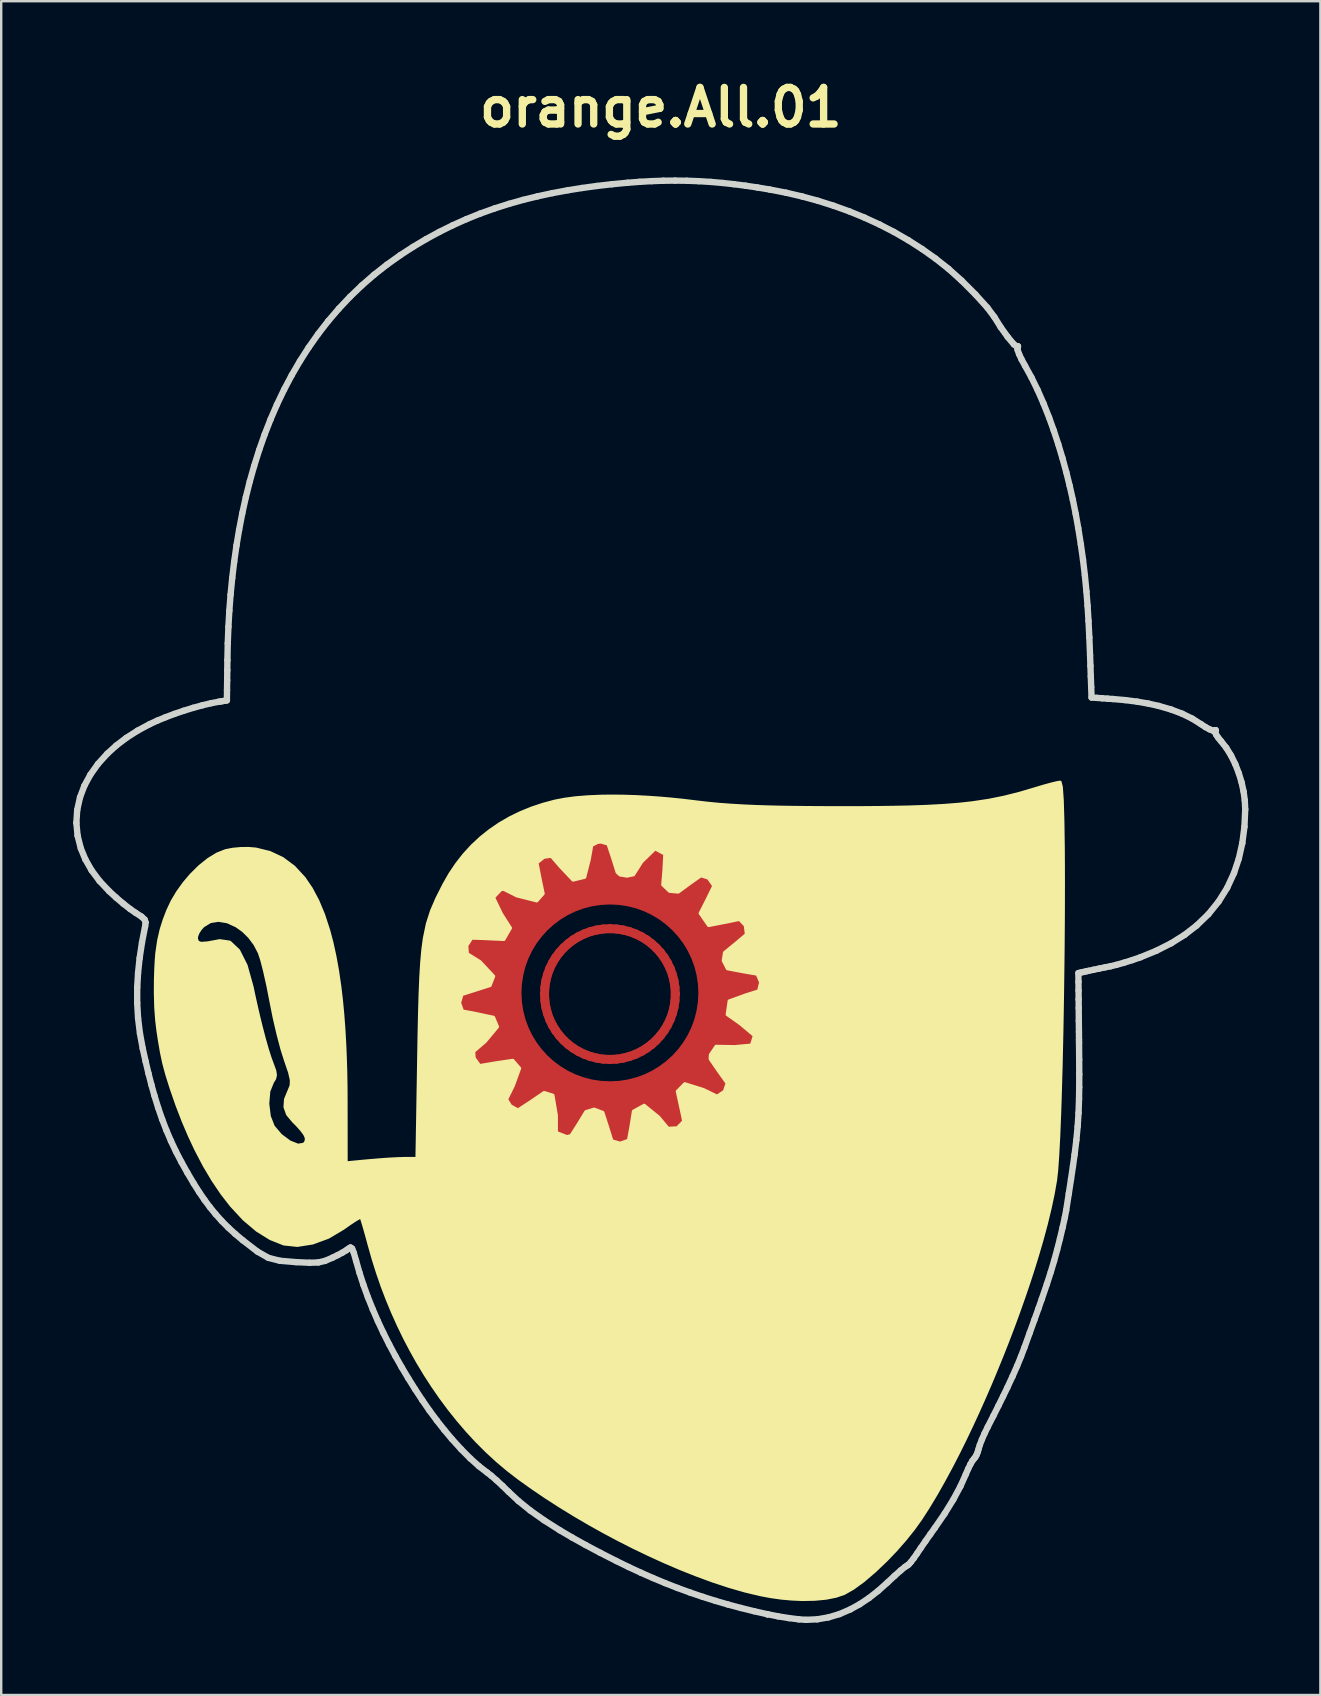
<source format=kicad_pcb>
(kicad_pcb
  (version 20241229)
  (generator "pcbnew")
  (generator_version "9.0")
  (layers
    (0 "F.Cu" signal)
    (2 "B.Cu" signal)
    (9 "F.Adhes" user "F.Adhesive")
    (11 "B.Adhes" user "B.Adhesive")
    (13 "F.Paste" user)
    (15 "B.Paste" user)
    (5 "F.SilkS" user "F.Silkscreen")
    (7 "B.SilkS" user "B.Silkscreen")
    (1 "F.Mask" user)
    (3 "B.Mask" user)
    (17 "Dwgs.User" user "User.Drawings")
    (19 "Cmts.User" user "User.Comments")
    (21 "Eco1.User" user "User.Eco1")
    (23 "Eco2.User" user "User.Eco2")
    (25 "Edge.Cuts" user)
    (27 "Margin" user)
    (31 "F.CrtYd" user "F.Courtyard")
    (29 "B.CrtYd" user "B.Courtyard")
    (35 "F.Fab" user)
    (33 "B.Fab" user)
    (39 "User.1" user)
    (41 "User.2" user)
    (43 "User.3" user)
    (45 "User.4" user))
  (footprint "orange.All.01"
    (layer "F.Cu")
    (at 24.482 34.46)
    (property "Reference" "orange.All.01" (at 0 -33.033 0) (layer "F.SilkS") (effects (font (size 1.524 1.524) (thickness 0.305))))
    (attr smd)
    (fp_line (start -4.843 3.909) (end -4.829 3.631) (stroke (width 0.375) (type solid)) (layer "F.Cu"))
    (fp_line (start -4.829 4.188) (end -4.843 3.909) (stroke (width 0.375) (type solid)) (layer "F.Cu"))
    (fp_line (start -4.829 3.631) (end -4.788 3.36) (stroke (width 0.375) (type solid)) (layer "F.Cu"))
    (fp_line (start -4.788 4.458) (end -4.829 4.188) (stroke (width 0.375) (type solid)) (layer "F.Cu"))
    (fp_line (start -4.788 3.36) (end -4.721 3.099) (stroke (width 0.375) (type solid)) (layer "F.Cu"))
    (fp_line (start -4.721 4.719) (end -4.788 4.458) (stroke (width 0.375) (type solid)) (layer "F.Cu"))
    (fp_line (start -4.721 3.099) (end -4.629 2.849) (stroke (width 0.375) (type solid)) (layer "F.Cu"))
    (fp_line (start -4.629 4.97) (end -4.721 4.719) (stroke (width 0.375) (type solid)) (layer "F.Cu"))
    (fp_line (start -4.629 2.849) (end -4.514 2.61) (stroke (width 0.375) (type solid)) (layer "F.Cu"))
    (fp_line (start -4.514 5.208) (end -4.629 4.97) (stroke (width 0.375) (type solid)) (layer "F.Cu"))
    (fp_line (start -4.514 2.61) (end -4.378 2.386) (stroke (width 0.375) (type solid)) (layer "F.Cu"))
    (fp_line (start -4.378 5.432) (end -4.514 5.208) (stroke (width 0.375) (type solid)) (layer "F.Cu"))
    (fp_line (start -4.378 2.386) (end -4.221 2.176) (stroke (width 0.375) (type solid)) (layer "F.Cu"))
    (fp_line (start -4.221 5.642) (end -4.378 5.432) (stroke (width 0.375) (type solid)) (layer "F.Cu"))
    (fp_line (start -4.221 2.176) (end -4.045 1.983) (stroke (width 0.375) (type solid)) (layer "F.Cu"))
    (fp_line (start -4.045 5.836) (end -4.221 5.642) (stroke (width 0.375) (type solid)) (layer "F.Cu"))
    (fp_line (start -4.045 1.983) (end -3.852 1.807) (stroke (width 0.375) (type solid)) (layer "F.Cu"))
    (fp_line (start -3.852 6.012) (end -4.045 5.836) (stroke (width 0.375) (type solid)) (layer "F.Cu"))
    (fp_line (start -3.852 1.807) (end -3.642 1.65) (stroke (width 0.375) (type solid)) (layer "F.Cu"))
    (fp_line (start -3.642 6.168) (end -3.852 6.012) (stroke (width 0.375) (type solid)) (layer "F.Cu"))
    (fp_line (start -3.642 1.65) (end -3.417 1.513) (stroke (width 0.375) (type solid)) (layer "F.Cu"))
    (fp_line (start -3.417 6.305) (end -3.642 6.168) (stroke (width 0.375) (type solid)) (layer "F.Cu"))
    (fp_line (start -3.417 1.513) (end -3.179 1.399) (stroke (width 0.375) (type solid)) (layer "F.Cu"))
    (fp_line (start -3.179 6.42) (end -3.417 6.305) (stroke (width 0.375) (type solid)) (layer "F.Cu"))
    (fp_line (start -3.179 1.399) (end -2.929 1.307) (stroke (width 0.375) (type solid)) (layer "F.Cu"))
    (fp_line (start -2.929 6.511) (end -3.179 6.42) (stroke (width 0.375) (type solid)) (layer "F.Cu"))
    (fp_line (start -2.929 1.307) (end -2.668 1.24) (stroke (width 0.375) (type solid)) (layer "F.Cu"))
    (fp_line (start -2.668 6.578) (end -2.929 6.511) (stroke (width 0.375) (type solid)) (layer "F.Cu"))
    (fp_line (start -2.668 1.24) (end -2.397 1.199) (stroke (width 0.375) (type solid)) (layer "F.Cu"))
    (fp_line (start -2.397 6.62) (end -2.668 6.578) (stroke (width 0.375) (type solid)) (layer "F.Cu"))
    (fp_line (start -2.397 1.199) (end -2.119 1.184) (stroke (width 0.375) (type solid)) (layer "F.Cu"))
    (fp_line (start -2.119 6.634) (end -2.397 6.62) (stroke (width 0.375) (type solid)) (layer "F.Cu"))
    (fp_line (start -2.119 1.184) (end -1.84 1.199) (stroke (width 0.375) (type solid)) (layer "F.Cu"))
    (fp_line (start -1.84 1.199) (end -1.57 1.24) (stroke (width 0.375) (type solid)) (layer "F.Cu"))
    (fp_line (start -1.84 6.62) (end -2.119 6.634) (stroke (width 0.375) (type solid)) (layer "F.Cu"))
    (fp_line (start -1.57 1.24) (end -1.308 1.307) (stroke (width 0.375) (type solid)) (layer "F.Cu"))
    (fp_line (start -1.57 6.578) (end -1.84 6.62) (stroke (width 0.375) (type solid)) (layer "F.Cu"))
    (fp_line (start -1.308 1.307) (end -1.058 1.399) (stroke (width 0.375) (type solid)) (layer "F.Cu"))
    (fp_line (start -1.308 6.511) (end -1.57 6.578) (stroke (width 0.375) (type solid)) (layer "F.Cu"))
    (fp_line (start -1.058 1.399) (end -0.82 1.513) (stroke (width 0.375) (type solid)) (layer "F.Cu"))
    (fp_line (start -1.058 6.42) (end -1.308 6.511) (stroke (width 0.375) (type solid)) (layer "F.Cu"))
    (fp_line (start -0.82 1.513) (end -0.595 1.65) (stroke (width 0.375) (type solid)) (layer "F.Cu"))
    (fp_line (start -0.82 6.305) (end -1.058 6.42) (stroke (width 0.375) (type solid)) (layer "F.Cu"))
    (fp_line (start -0.595 1.65) (end -0.386 1.807) (stroke (width 0.375) (type solid)) (layer "F.Cu"))
    (fp_line (start -0.595 6.168) (end -0.82 6.305) (stroke (width 0.375) (type solid)) (layer "F.Cu"))
    (fp_line (start -0.386 1.807) (end -0.192 1.983) (stroke (width 0.375) (type solid)) (layer "F.Cu"))
    (fp_line (start -0.386 6.012) (end -0.595 6.168) (stroke (width 0.375) (type solid)) (layer "F.Cu"))
    (fp_line (start -0.192 1.983) (end -0.016 2.176) (stroke (width 0.375) (type solid)) (layer "F.Cu"))
    (fp_line (start -0.192 5.836) (end -0.386 6.012) (stroke (width 0.375) (type solid)) (layer "F.Cu"))
    (fp_line (start -0.016 2.176) (end 0.141 2.386) (stroke (width 0.375) (type solid)) (layer "F.Cu"))
    (fp_line (start -0.016 5.642) (end -0.192 5.836) (stroke (width 0.375) (type solid)) (layer "F.Cu"))
    (fp_line (start 0.141 2.386) (end 0.277 2.61) (stroke (width 0.375) (type solid)) (layer "F.Cu"))
    (fp_line (start 0.141 5.432) (end -0.016 5.642) (stroke (width 0.375) (type solid)) (layer "F.Cu"))
    (fp_line (start 0.277 2.61) (end 0.392 2.849) (stroke (width 0.375) (type solid)) (layer "F.Cu"))
    (fp_line (start 0.277 5.208) (end 0.141 5.432) (stroke (width 0.375) (type solid)) (layer "F.Cu"))
    (fp_line (start 0.392 2.849) (end 0.483 3.099) (stroke (width 0.375) (type solid)) (layer "F.Cu"))
    (fp_line (start 0.392 4.97) (end 0.277 5.208) (stroke (width 0.375) (type solid)) (layer "F.Cu"))
    (fp_line (start 0.483 3.099) (end 0.551 3.36) (stroke (width 0.375) (type solid)) (layer "F.Cu"))
    (fp_line (start 0.483 4.719) (end 0.392 4.97) (stroke (width 0.375) (type solid)) (layer "F.Cu"))
    (fp_line (start 0.551 3.36) (end 0.592 3.631) (stroke (width 0.375) (type solid)) (layer "F.Cu"))
    (fp_line (start 0.551 4.458) (end 0.483 4.719) (stroke (width 0.375) (type solid)) (layer "F.Cu"))
    (fp_line (start 0.592 3.631) (end 0.606 3.909) (stroke (width 0.375) (type solid)) (layer "F.Cu"))
    (fp_line (start 0.592 4.188) (end 0.551 4.458) (stroke (width 0.375) (type solid)) (layer "F.Cu"))
    (fp_line (start 0.606 3.909) (end 0.592 4.188) (stroke (width 0.375) (type solid)) (layer "F.Cu"))
    (fp_line (start 0.606 3.909) (end 0.606 3.909) (stroke (width 0.375) (type solid)) (layer "F.Cu"))
    (fp_poly (pts (xy -2.492 -2.417) (xy -3.875 0.62) (xy -3.553 0.465) (xy -3.215 0.341) (xy -2.861 0.251) (xy -2.495 0.195) (xy -2.119 0.176) (xy -2.119 0.176) (xy -1.742 0.195) (xy -1.376 0.251) (xy -1.023 0.341) (xy -0.684 0.465) (xy -0.362 0.621) (xy -0.058 0.805) (xy 0.225 1.017) (xy 0.487 1.255) (xy 0.725 1.517) (xy 0.937 1.8) (xy 1.121 2.104) (xy 1.277 2.426) (xy 1.401 2.765) (xy 1.491 3.118) (xy 1.547 3.484) (xy 1.566 3.861) (xy 1.547 4.237) (xy 1.491 4.603) (xy 1.401 4.956) (xy 1.277 5.295) (xy 1.121 5.617) (xy 0.937 5.921) (xy 0.725 6.205) (xy 0.487 6.466) (xy 0.225 6.704) (xy -0.058 6.916) (xy -0.362 7.101) (xy -0.684 7.256) (xy -1.023 7.38) (xy -1.376 7.471) (xy -1.742 7.526) (xy -2.119 7.545) (xy -2.495 7.526) (xy -2.861 7.471) (xy -3.215 7.38) (xy -3.553 7.256) (xy -3.875 7.101) (xy -4.179 6.916) (xy -4.463 6.704) (xy -4.725 6.466) (xy -4.962 6.205) (xy -5.175 5.921) (xy -5.359 5.617) (xy -5.514 5.295) (xy -5.638 4.956) (xy -5.729 4.603) (xy -5.785 4.237) (xy -5.804 3.861) (xy -5.785 3.484) (xy -5.729 3.118) (xy -5.638 2.765) (xy -5.514 2.426) (xy -5.359 2.104) (xy -5.175 1.8) (xy -4.962 1.517) (xy -4.725 1.255) (xy -4.463 1.017) (xy -4.179 0.805) (xy -3.875 0.62) (xy -2.492 -2.417) (xy -2.641 -2.406) (xy -2.886 -2.277) (xy -2.989 -1.691) (xy -3.179 -0.949) (xy -3.662 -0.832) (xy -4.186 -1.385) (xy -4.566 -1.825) (xy -4.881 -1.783) (xy -5.168 -1.552) (xy -5.043 -0.91) (xy -4.91 -0.267) (xy -5.174 0.035) (xy -6.006 -0.175) (xy -6.565 -0.456) (xy -6.678 -0.427) (xy -6.978 -0.108) (xy -6.653 0.567) (xy -6.273 1.167) (xy -6.544 1.641) (xy -7.398 1.602) (xy -7.889 1.586) (xy -8.095 1.903) (xy -8.067 2.241) (xy -7.539 2.57) (xy -6.972 3.175) (xy -7.121 3.562) (xy -7.711 3.75) (xy -8.294 3.934) (xy -8.394 4.282) (xy -8.273 4.626) (xy -7.776 4.718) (xy -6.978 4.888) (xy -6.812 5.28) (xy -7.324 5.896) (xy -7.805 6.307) (xy -7.786 6.584) (xy -7.557 6.901) (xy -6.886 6.786) (xy -6.174 6.682) (xy -5.89 7.011) (xy -6.158 7.748) (xy -6.436 8.306) (xy -6.268 8.578) (xy -5.957 8.75) (xy -5.409 8.392) (xy -4.867 8.022) (xy -4.503 8.135) (xy -4.36 8.975) (xy -4.36 9.687) (xy -3.916 9.863) (xy -3.748 9.816) (xy -3.435 9.325) (xy -3.128 8.82) (xy -2.785 8.713) (xy -2.422 8.852) (xy -2.23 9.446) (xy -2.046 10.035) (xy -1.7 10.135) (xy -1.352 10.013) (xy -1.24 9.401) (xy -1.146 8.801) (xy -0.7 8.554) (xy -0.102 9.039) (xy 0.297 9.515) (xy 0.683 9.493) (xy 0.949 9.221) (xy 0.9 8.969) (xy 0.683 7.973) (xy 0.992 7.656) (xy 1.77 7.899) (xy 2.34 8.177) (xy 2.647 7.971) (xy 2.76 7.633) (xy 2.404 7.134) (xy 2.052 6.623) (xy 2.062 6.447) (xy 2.297 6.097) (xy 3.075 6.111) (xy 3.772 6.046) (xy 3.895 5.649) (xy 3.302 5.15) (xy 2.762 4.771) (xy 2.843 4.207) (xy 3.543 3.953) (xy 4.069 3.787) (xy 4.157 3.433) (xy 4.014 3.088) (xy 3.392 2.981) (xy 2.77 2.862) (xy 2.598 2.527) (xy 2.649 2.192) (xy 3.113 1.811) (xy 3.562 1.433) (xy 3.516 1.058) (xy 3.275 0.803) (xy 2.79 0.904) (xy 1.988 1.06) (xy 1.635 0.553) (xy 1.927 -0.024) (xy 2.205 -0.591) (xy 1.976 -0.916) (xy 1.665 -1.014) (xy 1.199 -0.685) (xy 0.72 -0.333) (xy 0.36 -0.364) (xy 0.076 -0.636) (xy 0.129 -1.268) (xy 0.162 -1.917) (xy -0.243 -2.137) (xy -0.8 -1.597) (xy -1.144 -1.055) (xy -1.41 -0.998) (xy -1.704 -1.045) (xy -1.825 -1.155) (xy -2.011 -1.753) (xy -2.205 -2.334) (xy -2.492 -2.417) (xy -2.492 -2.417)) (stroke (width 0) (type solid)) (fill yes) (layer "F.Cu"))
    (fp_line (start -4.843 3.909) (end -4.829 3.631) (stroke (width 0.375) (type solid)) (layer "F.Mask"))
    (fp_line (start -4.829 4.188) (end -4.843 3.909) (stroke (width 0.375) (type solid)) (layer "F.Mask"))
    (fp_line (start -4.829 3.631) (end -4.788 3.36) (stroke (width 0.375) (type solid)) (layer "F.Mask"))
    (fp_line (start -4.788 4.458) (end -4.829 4.188) (stroke (width 0.375) (type solid)) (layer "F.Mask"))
    (fp_line (start -4.788 3.36) (end -4.721 3.099) (stroke (width 0.375) (type solid)) (layer "F.Mask"))
    (fp_line (start -4.721 4.719) (end -4.788 4.458) (stroke (width 0.375) (type solid)) (layer "F.Mask"))
    (fp_line (start -4.721 3.099) (end -4.629 2.849) (stroke (width 0.375) (type solid)) (layer "F.Mask"))
    (fp_line (start -4.629 4.97) (end -4.721 4.719) (stroke (width 0.375) (type solid)) (layer "F.Mask"))
    (fp_line (start -4.629 2.849) (end -4.514 2.61) (stroke (width 0.375) (type solid)) (layer "F.Mask"))
    (fp_line (start -4.514 5.208) (end -4.629 4.97) (stroke (width 0.375) (type solid)) (layer "F.Mask"))
    (fp_line (start -4.514 2.61) (end -4.378 2.386) (stroke (width 0.375) (type solid)) (layer "F.Mask"))
    (fp_line (start -4.378 5.432) (end -4.514 5.208) (stroke (width 0.375) (type solid)) (layer "F.Mask"))
    (fp_line (start -4.378 2.386) (end -4.221 2.176) (stroke (width 0.375) (type solid)) (layer "F.Mask"))
    (fp_line (start -4.221 5.642) (end -4.378 5.432) (stroke (width 0.375) (type solid)) (layer "F.Mask"))
    (fp_line (start -4.221 2.176) (end -4.045 1.983) (stroke (width 0.375) (type solid)) (layer "F.Mask"))
    (fp_line (start -4.045 5.836) (end -4.221 5.642) (stroke (width 0.375) (type solid)) (layer "F.Mask"))
    (fp_line (start -4.045 1.983) (end -3.852 1.807) (stroke (width 0.375) (type solid)) (layer "F.Mask"))
    (fp_line (start -3.852 6.012) (end -4.045 5.836) (stroke (width 0.375) (type solid)) (layer "F.Mask"))
    (fp_line (start -3.852 1.807) (end -3.642 1.65) (stroke (width 0.375) (type solid)) (layer "F.Mask"))
    (fp_line (start -3.642 6.168) (end -3.852 6.012) (stroke (width 0.375) (type solid)) (layer "F.Mask"))
    (fp_line (start -3.642 1.65) (end -3.417 1.513) (stroke (width 0.375) (type solid)) (layer "F.Mask"))
    (fp_line (start -3.417 6.305) (end -3.642 6.168) (stroke (width 0.375) (type solid)) (layer "F.Mask"))
    (fp_line (start -3.417 1.513) (end -3.179 1.399) (stroke (width 0.375) (type solid)) (layer "F.Mask"))
    (fp_line (start -3.179 6.42) (end -3.417 6.305) (stroke (width 0.375) (type solid)) (layer "F.Mask"))
    (fp_line (start -3.179 1.399) (end -2.929 1.307) (stroke (width 0.375) (type solid)) (layer "F.Mask"))
    (fp_line (start -2.929 6.511) (end -3.179 6.42) (stroke (width 0.375) (type solid)) (layer "F.Mask"))
    (fp_line (start -2.929 1.307) (end -2.668 1.24) (stroke (width 0.375) (type solid)) (layer "F.Mask"))
    (fp_line (start -2.668 6.578) (end -2.929 6.511) (stroke (width 0.375) (type solid)) (layer "F.Mask"))
    (fp_line (start -2.668 1.24) (end -2.397 1.199) (stroke (width 0.375) (type solid)) (layer "F.Mask"))
    (fp_line (start -2.397 6.62) (end -2.668 6.578) (stroke (width 0.375) (type solid)) (layer "F.Mask"))
    (fp_line (start -2.397 1.199) (end -2.119 1.184) (stroke (width 0.375) (type solid)) (layer "F.Mask"))
    (fp_line (start -2.119 6.634) (end -2.397 6.62) (stroke (width 0.375) (type solid)) (layer "F.Mask"))
    (fp_line (start -2.119 1.184) (end -1.84 1.199) (stroke (width 0.375) (type solid)) (layer "F.Mask"))
    (fp_line (start -1.84 1.199) (end -1.57 1.24) (stroke (width 0.375) (type solid)) (layer "F.Mask"))
    (fp_line (start -1.84 6.62) (end -2.119 6.634) (stroke (width 0.375) (type solid)) (layer "F.Mask"))
    (fp_line (start -1.57 1.24) (end -1.308 1.307) (stroke (width 0.375) (type solid)) (layer "F.Mask"))
    (fp_line (start -1.57 6.578) (end -1.84 6.62) (stroke (width 0.375) (type solid)) (layer "F.Mask"))
    (fp_line (start -1.308 1.307) (end -1.058 1.399) (stroke (width 0.375) (type solid)) (layer "F.Mask"))
    (fp_line (start -1.308 6.511) (end -1.57 6.578) (stroke (width 0.375) (type solid)) (layer "F.Mask"))
    (fp_line (start -1.058 1.399) (end -0.82 1.513) (stroke (width 0.375) (type solid)) (layer "F.Mask"))
    (fp_line (start -1.058 6.42) (end -1.308 6.511) (stroke (width 0.375) (type solid)) (layer "F.Mask"))
    (fp_line (start -0.82 1.513) (end -0.595 1.65) (stroke (width 0.375) (type solid)) (layer "F.Mask"))
    (fp_line (start -0.82 6.305) (end -1.058 6.42) (stroke (width 0.375) (type solid)) (layer "F.Mask"))
    (fp_line (start -0.595 1.65) (end -0.386 1.807) (stroke (width 0.375) (type solid)) (layer "F.Mask"))
    (fp_line (start -0.595 6.168) (end -0.82 6.305) (stroke (width 0.375) (type solid)) (layer "F.Mask"))
    (fp_line (start -0.386 1.807) (end -0.192 1.983) (stroke (width 0.375) (type solid)) (layer "F.Mask"))
    (fp_line (start -0.386 6.012) (end -0.595 6.168) (stroke (width 0.375) (type solid)) (layer "F.Mask"))
    (fp_line (start -0.192 1.983) (end -0.016 2.176) (stroke (width 0.375) (type solid)) (layer "F.Mask"))
    (fp_line (start -0.192 5.836) (end -0.386 6.012) (stroke (width 0.375) (type solid)) (layer "F.Mask"))
    (fp_line (start -0.016 2.176) (end 0.141 2.386) (stroke (width 0.375) (type solid)) (layer "F.Mask"))
    (fp_line (start -0.016 5.642) (end -0.192 5.836) (stroke (width 0.375) (type solid)) (layer "F.Mask"))
    (fp_line (start 0.141 2.386) (end 0.277 2.61) (stroke (width 0.375) (type solid)) (layer "F.Mask"))
    (fp_line (start 0.141 5.432) (end -0.016 5.642) (stroke (width 0.375) (type solid)) (layer "F.Mask"))
    (fp_line (start 0.277 2.61) (end 0.392 2.849) (stroke (width 0.375) (type solid)) (layer "F.Mask"))
    (fp_line (start 0.277 5.208) (end 0.141 5.432) (stroke (width 0.375) (type solid)) (layer "F.Mask"))
    (fp_line (start 0.392 2.849) (end 0.483 3.099) (stroke (width 0.375) (type solid)) (layer "F.Mask"))
    (fp_line (start 0.392 4.97) (end 0.277 5.208) (stroke (width 0.375) (type solid)) (layer "F.Mask"))
    (fp_line (start 0.483 3.099) (end 0.551 3.36) (stroke (width 0.375) (type solid)) (layer "F.Mask"))
    (fp_line (start 0.483 4.719) (end 0.392 4.97) (stroke (width 0.375) (type solid)) (layer "F.Mask"))
    (fp_line (start 0.551 3.36) (end 0.592 3.631) (stroke (width 0.375) (type solid)) (layer "F.Mask"))
    (fp_line (start 0.551 4.458) (end 0.483 4.719) (stroke (width 0.375) (type solid)) (layer "F.Mask"))
    (fp_line (start 0.592 3.631) (end 0.606 3.909) (stroke (width 0.375) (type solid)) (layer "F.Mask"))
    (fp_line (start 0.592 4.188) (end 0.551 4.458) (stroke (width 0.375) (type solid)) (layer "F.Mask"))
    (fp_line (start 0.606 3.909) (end 0.592 4.188) (stroke (width 0.375) (type solid)) (layer "F.Mask"))
    (fp_line (start 0.606 3.909) (end 0.606 3.909) (stroke (width 0.375) (type solid)) (layer "F.Mask"))
    (fp_poly (pts (xy -2.492 -2.368) (xy -3.875 0.669) (xy -3.553 0.514) (xy -3.215 0.39) (xy -2.861 0.299) (xy -2.495 0.243) (xy -2.119 0.224) (xy -2.119 0.224) (xy -1.742 0.243) (xy -1.376 0.299) (xy -1.023 0.39) (xy -0.684 0.514) (xy -0.362 0.669) (xy -0.058 0.854) (xy 0.225 1.066) (xy 0.487 1.304) (xy 0.725 1.565) (xy 0.937 1.849) (xy 1.121 2.153) (xy 1.277 2.475) (xy 1.401 2.814) (xy 1.491 3.167) (xy 1.547 3.533) (xy 1.566 3.909) (xy 1.547 4.286) (xy 1.491 4.652) (xy 1.401 5.005) (xy 1.277 5.344) (xy 1.121 5.666) (xy 0.937 5.969) (xy 0.725 6.253) (xy 0.487 6.515) (xy 0.225 6.753) (xy -0.058 6.965) (xy -0.362 7.149) (xy -0.684 7.305) (xy -1.023 7.428) (xy -1.376 7.519) (xy -1.742 7.575) (xy -2.119 7.594) (xy -2.495 7.575) (xy -2.861 7.519) (xy -3.215 7.429) (xy -3.553 7.305) (xy -3.875 7.149) (xy -4.179 6.965) (xy -4.463 6.753) (xy -4.725 6.515) (xy -4.962 6.253) (xy -5.175 5.97) (xy -5.359 5.666) (xy -5.514 5.344) (xy -5.638 5.005) (xy -5.729 4.652) (xy -5.785 4.286) (xy -5.804 3.909) (xy -5.785 3.532) (xy -5.729 3.167) (xy -5.638 2.813) (xy -5.514 2.475) (xy -5.359 2.153) (xy -5.175 1.849) (xy -4.962 1.565) (xy -4.725 1.304) (xy -4.463 1.066) (xy -4.179 0.854) (xy -3.875 0.669) (xy -2.492 -2.368) (xy -2.641 -2.357) (xy -2.886 -2.228) (xy -2.989 -1.643) (xy -3.179 -0.9) (xy -3.662 -0.783) (xy -4.186 -1.336) (xy -4.566 -1.776) (xy -4.881 -1.735) (xy -5.168 -1.504) (xy -5.043 -0.862) (xy -4.91 -0.219) (xy -5.174 0.084) (xy -6.006 -0.127) (xy -6.565 -0.407) (xy -6.678 -0.379) (xy -6.978 -0.06) (xy -6.653 0.616) (xy -6.273 1.215) (xy -6.544 1.69) (xy -7.398 1.651) (xy -7.889 1.634) (xy -8.095 1.952) (xy -8.067 2.289) (xy -7.539 2.619) (xy -6.972 3.224) (xy -7.121 3.611) (xy -7.711 3.799) (xy -8.294 3.983) (xy -8.394 4.331) (xy -8.273 4.675) (xy -7.776 4.767) (xy -6.978 4.937) (xy -6.812 5.329) (xy -7.324 5.945) (xy -7.805 6.356) (xy -7.786 6.632) (xy -7.557 6.95) (xy -6.886 6.835) (xy -6.174 6.73) (xy -5.89 7.06) (xy -6.158 7.796) (xy -6.436 8.355) (xy -6.268 8.627) (xy -5.957 8.799) (xy -5.409 8.441) (xy -4.867 8.07) (xy -4.503 8.183) (xy -4.36 9.024) (xy -4.36 9.736) (xy -3.916 9.912) (xy -3.748 9.865) (xy -3.435 9.374) (xy -3.128 8.869) (xy -2.785 8.762) (xy -2.422 8.901) (xy -2.23 9.495) (xy -2.046 10.083) (xy -1.7 10.184) (xy -1.352 10.061) (xy -1.24 9.449) (xy -1.146 8.85) (xy -0.7 8.602) (xy -0.102 9.087) (xy 0.297 9.564) (xy 0.683 9.542) (xy 0.949 9.269) (xy 0.9 9.018) (xy 0.683 8.021) (xy 0.992 7.704) (xy 1.77 7.948) (xy 2.34 8.226) (xy 2.647 8.02) (xy 2.76 7.682) (xy 2.404 7.183) (xy 2.052 6.671) (xy 2.062 6.496) (xy 2.297 6.146) (xy 3.075 6.16) (xy 3.772 6.094) (xy 3.895 5.697) (xy 3.302 5.199) (xy 2.762 4.82) (xy 2.843 4.255) (xy 3.543 4.001) (xy 4.069 3.836) (xy 4.157 3.482) (xy 4.014 3.136) (xy 3.392 3.03) (xy 2.77 2.911) (xy 2.598 2.576) (xy 2.649 2.24) (xy 3.113 1.86) (xy 3.562 1.481) (xy 3.516 1.107) (xy 3.275 0.851) (xy 2.79 0.953) (xy 1.988 1.109) (xy 1.635 0.601) (xy 1.927 0.025) (xy 2.205 -0.542) (xy 1.976 -0.868) (xy 1.665 -0.966) (xy 1.199 -0.636) (xy 0.72 -0.284) (xy 0.36 -0.315) (xy 0.076 -0.587) (xy 0.129 -1.219) (xy 0.162 -1.868) (xy -0.243 -2.088) (xy -0.8 -1.549) (xy -1.144 -1.006) (xy -1.41 -0.949) (xy -1.704 -0.996) (xy -1.825 -1.107) (xy -2.011 -1.704) (xy -2.205 -2.285) (xy -2.492 -2.368) (xy -2.492 -2.368)) (stroke (width 0) (type solid)) (fill yes) (layer "F.Mask"))
    (fp_poly (pts (xy 16.637 -4.916) (xy 2.213 -0.6) (xy 1.935 -0.033) (xy 1.643 0.544) (xy 1.996 1.052) (xy 2.799 0.896) (xy 3.283 0.794) (xy 3.524 1.049) (xy 3.57 1.424) (xy 3.122 1.802) (xy 2.657 2.183) (xy 2.606 2.518) (xy 2.778 2.853) (xy 3.4 2.972) (xy 4.022 3.079) (xy 4.165 3.424) (xy 4.077 3.778) (xy 3.551 3.944) (xy 2.851 4.198) (xy 2.77 4.762) (xy 3.31 5.141) (xy 3.903 5.64) (xy 3.78 6.037) (xy 3.083 6.102) (xy 2.305 6.088) (xy 2.07 6.438) (xy 2.06 6.614) (xy 2.412 7.125) (xy 2.768 7.624) (xy 2.655 7.962) (xy 2.348 8.168) (xy 1.778 7.89) (xy 1 7.647) (xy 0.691 7.964) (xy 0.908 8.96) (xy 0.957 9.212) (xy 0.691 9.484) (xy 0.305 9.507) (xy -0.094 9.03) (xy -0.692 8.545) (xy -1.138 8.792) (xy -1.232 9.392) (xy -1.344 10.004) (xy -1.692 10.126) (xy -2.038 10.026) (xy -2.222 9.437) (xy -2.414 8.843) (xy -2.776 8.705) (xy -3.12 8.811) (xy -3.427 9.316) (xy -3.74 9.807) (xy -3.908 9.854) (xy -4.352 9.679) (xy -4.352 8.966) (xy -4.495 8.126) (xy -4.859 8.013) (xy -5.401 8.383) (xy -5.949 8.742) (xy -6.26 8.57) (xy -6.428 8.297) (xy -6.15 7.739) (xy -5.882 7.002) (xy -6.166 6.673) (xy -6.878 6.778) (xy -7.549 6.892) (xy -7.778 6.575) (xy -7.797 6.299) (xy -7.316 5.887) (xy -6.804 5.272) (xy -6.97 4.879) (xy -7.768 4.709) (xy -8.265 4.617) (xy -8.386 4.273) (xy -8.286 3.926) (xy -7.703 3.741) (xy -7.113 3.553) (xy -6.964 3.167) (xy -7.531 2.561) (xy -8.059 2.232) (xy -8.087 1.894) (xy -7.881 1.577) (xy -7.39 1.593) (xy -6.536 1.632) (xy -6.265 1.158) (xy -6.645 0.558) (xy -6.97 -0.117) (xy -6.67 -0.436) (xy -6.557 -0.465) (xy -5.998 -0.184) (xy -5.166 0.026) (xy -4.902 -0.276) (xy -5.035 -0.919) (xy -5.16 -1.561) (xy -4.873 -1.792) (xy -4.558 -1.834) (xy -4.178 -1.394) (xy -3.654 -0.841) (xy -3.171 -0.958) (xy -2.981 -1.7) (xy -2.878 -2.286) (xy -2.633 -2.415) (xy -2.484 -2.426) (xy -2.484 -2.426) (xy -2.197 -2.343) (xy -2.003 -1.762) (xy -1.817 -1.164) (xy -1.696 -1.054) (xy -1.402 -1.007) (xy -1.136 -1.064) (xy -0.792 -1.606) (xy -0.235 -2.146) (xy 0.17 -1.926) (xy 0.137 -1.277) (xy 0.084 -0.645) (xy 0.368 -0.373) (xy 0.728 -0.342) (xy 1.207 -0.694) (xy 1.673 -1.023) (xy 1.984 -0.925) (xy 2.213 -0.6) (xy 16.637 -4.916) (xy 16.503 -4.894) (xy 16.265 -4.836) (xy 15.956 -4.751) (xy 15.61 -4.647) (xy 14.954 -4.453) (xy 14.319 -4.293) (xy 13.675 -4.162) (xy 12.993 -4.059) (xy 12.418 -3.995) (xy 11.788 -3.946) (xy 11.092 -3.908) (xy 10.314 -3.881) (xy 9.722 -3.869) (xy 9.08 -3.86) (xy 8.383 -3.855) (xy 7.628 -3.854) (xy 7.059 -3.854) (xy 6.526 -3.857) (xy 6.027 -3.86) (xy 5.558 -3.865) (xy 4.976 -3.874) (xy 4.441 -3.887) (xy 3.947 -3.903) (xy 3.489 -3.923) (xy 2.923 -3.956) (xy 2.399 -3.995) (xy 1.904 -4.044) (xy 1.427 -4.1) (xy 0.932 -4.16) (xy 0.44 -4.211) (xy -0.043 -4.253) (xy -0.517 -4.286) (xy -1.032 -4.314) (xy -1.531 -4.33) (xy -2.011 -4.336) (xy -2.469 -4.331) (xy -3.03 -4.307) (xy -3.544 -4.266) (xy -4.006 -4.205) (xy -4.409 -4.127) (xy -4.907 -3.994) (xy -5.383 -3.835) (xy -5.838 -3.65) (xy -6.271 -3.44) (xy -6.708 -3.188) (xy -7.119 -2.907) (xy -7.505 -2.599) (xy -7.865 -2.262) (xy -8.196 -1.901) (xy -8.5 -1.513) (xy -8.779 -1.099) (xy -9.031 -0.658) (xy -9.322 -0.083) (xy -9.549 0.442) (xy -9.721 0.979) (xy -9.847 1.585) (xy -9.91 2.055) (xy -9.959 2.598) (xy -9.997 3.234) (xy -10.027 3.978) (xy -10.042 4.497) (xy -10.056 5.067) (xy -10.069 5.693) (xy -10.081 6.378) (xy -10.09 6.926) (xy -10.099 7.474) (xy -10.109 8.022) (xy -10.118 8.57) (xy -10.127 9.118) (xy -10.137 9.666) (xy -10.146 10.214) (xy -10.156 10.762) (xy -10.285 10.762) (xy -10.414 10.762) (xy -10.543 10.763) (xy -10.672 10.763) (xy -10.948 10.771) (xy -11.319 10.79) (xy -11.735 10.82) (xy -12.15 10.855) (xy -12.39 10.877) (xy -12.631 10.9) (xy -12.871 10.923) (xy -13.112 10.946) (xy -16.723 2.184) (xy -16.622 2.491) (xy -16.498 2.976) (xy -16.365 3.572) (xy -16.24 4.212) (xy -16.105 4.888) (xy -15.945 5.579) (xy -15.78 6.204) (xy -15.629 6.682) (xy -15.462 7.169) (xy -15.388 7.495) (xy -15.397 7.726) (xy -15.482 7.932) (xy -15.632 8.294) (xy -15.654 8.619) (xy -15.547 8.918) (xy -15.308 9.205) (xy -15.155 9.357) (xy -15.01 9.518) (xy -14.891 9.666) (xy -14.812 9.785) (xy -14.769 9.896) (xy -14.765 9.998) (xy -14.798 10.09) (xy -14.869 10.171) (xy -15.118 10.211) (xy -15.466 10.072) (xy -15.835 9.798) (xy -16.147 9.433) (xy -16.315 9.006) (xy -16.379 8.475) (xy -16.336 7.96) (xy -16.184 7.58) (xy -16.091 7.429) (xy -16.059 7.283) (xy -16.086 7.107) (xy -16.173 6.867) (xy -16.281 6.577) (xy -16.399 6.205) (xy -16.526 5.759) (xy -16.659 5.247) (xy -16.752 4.868) (xy -16.846 4.465) (xy -16.941 4.041) (xy -17.035 3.598) (xy -17.281 2.718) (xy -17.593 2.097) (xy -17.96 1.749) (xy -18.374 1.688) (xy -18.873 1.78) (xy -19.159 1.802) (xy -19.296 1.749) (xy -19.351 1.616) (xy -19.344 1.5) (xy -19.289 1.359) (xy -19.195 1.209) (xy -19.072 1.071) (xy -18.773 0.887) (xy -18.427 0.832) (xy -18.427 0.832) (xy -18.055 0.894) (xy -17.68 1.065) (xy -17.397 1.267) (xy -17.136 1.525) (xy -16.907 1.832) (xy -16.723 2.184) (xy -13.112 10.946) (xy -13.113 10.308) (xy -13.113 9.67) (xy -13.114 9.033) (xy -13.115 8.395) (xy -13.118 7.763) (xy -13.129 7.151) (xy -13.147 6.561) (xy -13.171 5.992) (xy -13.208 5.351) (xy -13.254 4.738) (xy -13.31 4.154) (xy -13.376 3.596) (xy -13.47 2.946) (xy -13.58 2.337) (xy -13.704 1.769) (xy -13.844 1.241) (xy -14.056 0.595) (xy -14.296 0.02) (xy -14.565 -0.485) (xy -14.863 -0.922) (xy -15.29 -1.385) (xy -15.766 -1.739) (xy -16.293 -1.986) (xy -16.871 -2.128) (xy -17.173 -2.154) (xy -17.507 -2.15) (xy -17.837 -2.119) (xy -18.129 -2.062) (xy -18.48 -1.924) (xy -18.846 -1.7) (xy -19.215 -1.404) (xy -19.573 -1.049) (xy -19.866 -0.703) (xy -20.13 -0.334) (xy -20.359 0.051) (xy -20.542 0.441) (xy -20.689 0.826) (xy -20.813 1.219) (xy -20.915 1.664) (xy -20.996 2.21) (xy -21.02 2.529) (xy -21.039 2.887) (xy -21.052 3.311) (xy -21.056 3.829) (xy -21.039 4.48) (xy -20.999 5.012) (xy -20.945 5.457) (xy -20.886 5.843) (xy -20.8 6.344) (xy -20.704 6.795) (xy -20.576 7.268) (xy -20.396 7.84) (xy -20.158 8.527) (xy -19.906 9.182) (xy -19.641 9.805) (xy -19.365 10.393) (xy -19.018 11.056) (xy -18.656 11.665) (xy -18.281 12.22) (xy -17.895 12.717) (xy -17.364 13.289) (xy -16.819 13.75) (xy -16.263 14.095) (xy -15.701 14.319) (xy -15.145 14.378) (xy -14.51 14.279) (xy -13.854 14.038) (xy -13.234 13.669) (xy -12.956 13.472) (xy -12.723 13.319) (xy -12.557 13.224) (xy -12.484 13.204) (xy -12.444 13.314) (xy -12.364 13.576) (xy -12.258 13.95) (xy -12.136 14.397) (xy -11.976 14.963) (xy -11.799 15.523) (xy -11.608 16.077) (xy -11.4 16.622) (xy -11.174 17.167) (xy -10.933 17.703) (xy -10.678 18.23) (xy -10.408 18.745) (xy -10.118 19.262) (xy -9.814 19.766) (xy -9.496 20.256) (xy -9.166 20.732) (xy -8.811 21.209) (xy -8.442 21.67) (xy -8.063 22.112) (xy -7.671 22.536) (xy -7.248 22.958) (xy -6.814 23.358) (xy -6.369 23.733) (xy -5.913 24.084) (xy -5.357 24.481) (xy -4.78 24.873) (xy -4.184 25.256) (xy -3.574 25.63) (xy -2.967 25.985) (xy -2.353 26.327) (xy -1.732 26.657) (xy -1.11 26.972) (xy -0.459 27.284) (xy 0.188 27.578) (xy 0.828 27.851) (xy 1.457 28.102) (xy 2.167 28.363) (xy 2.854 28.589) (xy 3.511 28.778) (xy 4.136 28.928) (xy 4.582 29.012) (xy 5.028 29.075) (xy 5.468 29.114) (xy 5.895 29.133) (xy 6.414 29.123) (xy 6.887 29.078) (xy 7.3 28.996) (xy 7.639 28.88) (xy 8.015 28.666) (xy 8.448 28.35) (xy 8.915 27.951) (xy 9.398 27.491) (xy 9.797 27.073) (xy 10.178 26.638) (xy 10.53 26.199) (xy 10.839 25.767) (xy 11.152 25.28) (xy 11.471 24.75) (xy 11.794 24.18) (xy 12.12 23.575) (xy 12.4 23.031) (xy 12.679 22.468) (xy 12.956 21.887) (xy 13.231 21.291) (xy 13.487 20.717) (xy 13.739 20.135) (xy 13.985 19.546) (xy 14.226 18.954) (xy 14.462 18.356) (xy 14.689 17.759) (xy 14.907 17.164) (xy 15.116 16.574) (xy 15.329 15.95) (xy 15.528 15.336) (xy 15.712 14.736) (xy 15.882 14.153) (xy 16.063 13.481) (xy 16.218 12.841) (xy 16.346 12.238) (xy 16.445 11.677) (xy 16.492 11.261) (xy 16.536 10.643) (xy 16.578 9.853) (xy 16.616 8.915) (xy 16.638 8.276) (xy 16.658 7.597) (xy 16.678 6.886) (xy 16.695 6.146) (xy 16.71 5.468) (xy 16.722 4.778) (xy 16.734 4.08) (xy 16.744 3.378) (xy 16.753 2.674) (xy 16.761 1.975) (xy 16.766 1.285) (xy 16.771 0.609) (xy 16.773 -0.135) (xy 16.774 -0.849) (xy 16.772 -1.525) (xy 16.768 -2.16) (xy 16.752 -3.286) (xy 16.726 -4.156) (xy 16.687 -4.718) (xy 16.637 -4.916) (xy 16.637 -4.916)) (stroke (width 0.134) (type solid)) (fill yes) (layer "F.SilkS"))
    (fp_line (start -24.35 -3.229) (end -24.315 -3.763) (stroke (width 0.265) (type solid)) (layer "Edge.Cuts"))
    (fp_line (start -24.315 -3.763) (end -24.198 -4.29) (stroke (width 0.265) (type solid)) (layer "Edge.Cuts"))
    (fp_line (start -24.3 -2.694) (end -24.35 -3.229) (stroke (width 0.265) (type solid)) (layer "Edge.Cuts"))
    (fp_line (start -24.198 -4.29) (end -24.017 -4.768) (stroke (width 0.265) (type solid)) (layer "Edge.Cuts"))
    (fp_line (start -24.165 -2.162) (end -24.3 -2.694) (stroke (width 0.265) (type solid)) (layer "Edge.Cuts"))
    (fp_line (start -24.017 -4.768) (end -23.766 -5.232) (stroke (width 0.265) (type solid)) (layer "Edge.Cuts"))
    (fp_line (start -23.973 -1.697) (end -24.165 -2.162) (stroke (width 0.265) (type solid)) (layer "Edge.Cuts"))
    (fp_line (start -23.766 -5.232) (end -23.448 -5.68) (stroke (width 0.265) (type solid)) (layer "Edge.Cuts"))
    (fp_line (start -23.713 -1.242) (end -23.973 -1.697) (stroke (width 0.265) (type solid)) (layer "Edge.Cuts"))
    (fp_line (start -23.448 -5.68) (end -23.062 -6.106) (stroke (width 0.265) (type solid)) (layer "Edge.Cuts"))
    (fp_line (start -23.383 -0.8) (end -23.713 -1.242) (stroke (width 0.265) (type solid)) (layer "Edge.Cuts"))
    (fp_line (start -23.062 -6.106) (end -22.689 -6.445) (stroke (width 0.265) (type solid)) (layer "Edge.Cuts"))
    (fp_line (start -22.982 -0.375) (end -23.383 -0.8) (stroke (width 0.265) (type solid)) (layer "Edge.Cuts"))
    (fp_line (start -22.695 -0.112) (end -22.982 -0.375) (stroke (width 0.265) (type solid)) (layer "Edge.Cuts"))
    (fp_line (start -22.689 -6.445) (end -22.269 -6.765) (stroke (width 0.265) (type solid)) (layer "Edge.Cuts"))
    (fp_line (start -22.392 0.145) (end -22.695 -0.112) (stroke (width 0.265) (type solid)) (layer "Edge.Cuts"))
    (fp_line (start -22.269 -6.765) (end -21.804 -7.063) (stroke (width 0.265) (type solid)) (layer "Edge.Cuts"))
    (fp_line (start -22.108 0.367) (end -22.392 0.145) (stroke (width 0.265) (type solid)) (layer "Edge.Cuts"))
    (fp_line (start -21.881 0.524) (end -22.108 0.367) (stroke (width 0.265) (type solid)) (layer "Edge.Cuts"))
    (fp_line (start -21.816 4.281) (end -21.815 3.629) (stroke (width 0.265) (type solid)) (layer "Edge.Cuts"))
    (fp_line (start -21.815 3.629) (end -21.78 3.029) (stroke (width 0.265) (type solid)) (layer "Edge.Cuts"))
    (fp_line (start -21.804 -7.063) (end -21.295 -7.337) (stroke (width 0.265) (type solid)) (layer "Edge.Cuts"))
    (fp_line (start -21.78 3.029) (end -21.714 2.409) (stroke (width 0.265) (type solid)) (layer "Edge.Cuts"))
    (fp_line (start -21.779 4.919) (end -21.816 4.281) (stroke (width 0.265) (type solid)) (layer "Edge.Cuts"))
    (fp_line (start -21.714 2.409) (end -21.616 1.763) (stroke (width 0.265) (type solid)) (layer "Edge.Cuts"))
    (fp_line (start -21.701 5.549) (end -21.779 4.919) (stroke (width 0.265) (type solid)) (layer "Edge.Cuts"))
    (fp_line (start -21.635 0.684) (end -21.881 0.524) (stroke (width 0.265) (type solid)) (layer "Edge.Cuts"))
    (fp_line (start -21.616 1.763) (end -21.486 1.088) (stroke (width 0.265) (type solid)) (layer "Edge.Cuts"))
    (fp_line (start -21.585 6.177) (end -21.701 5.549) (stroke (width 0.265) (type solid)) (layer "Edge.Cuts"))
    (fp_line (start -21.506 0.805) (end -21.635 0.684) (stroke (width 0.265) (type solid)) (layer "Edge.Cuts"))
    (fp_line (start -21.486 1.088) (end -21.465 0.926) (stroke (width 0.265) (type solid)) (layer "Edge.Cuts"))
    (fp_line (start -21.465 0.926) (end -21.506 0.805) (stroke (width 0.265) (type solid)) (layer "Edge.Cuts"))
    (fp_line (start -21.465 6.716) (end -21.585 6.177) (stroke (width 0.265) (type solid)) (layer "Edge.Cuts"))
    (fp_line (start -21.345 7.219) (end -21.465 6.716) (stroke (width 0.265) (type solid)) (layer "Edge.Cuts"))
    (fp_line (start -21.295 -7.337) (end -20.983 -7.481) (stroke (width 0.265) (type solid)) (layer "Edge.Cuts"))
    (fp_line (start -21.223 7.691) (end -21.345 7.219) (stroke (width 0.265) (type solid)) (layer "Edge.Cuts"))
    (fp_line (start -21.099 8.136) (end -21.223 7.691) (stroke (width 0.265) (type solid)) (layer "Edge.Cuts"))
    (fp_line (start -20.983 -7.481) (end -20.636 -7.624) (stroke (width 0.265) (type solid)) (layer "Edge.Cuts"))
    (fp_line (start -20.943 8.643) (end -21.099 8.136) (stroke (width 0.265) (type solid)) (layer "Edge.Cuts"))
    (fp_line (start -20.777 9.124) (end -20.943 8.643) (stroke (width 0.265) (type solid)) (layer "Edge.Cuts"))
    (fp_line (start -20.636 -7.624) (end -20.265 -7.763) (stroke (width 0.265) (type solid)) (layer "Edge.Cuts"))
    (fp_line (start -20.6 9.584) (end -20.777 9.124) (stroke (width 0.265) (type solid)) (layer "Edge.Cuts"))
    (fp_line (start -20.408 10.031) (end -20.6 9.584) (stroke (width 0.265) (type solid)) (layer "Edge.Cuts"))
    (fp_line (start -20.265 -7.763) (end -19.881 -7.894) (stroke (width 0.265) (type solid)) (layer "Edge.Cuts"))
    (fp_line (start -20.202 10.467) (end -20.408 10.031) (stroke (width 0.265) (type solid)) (layer "Edge.Cuts"))
    (fp_line (start -19.976 10.904) (end -20.202 10.467) (stroke (width 0.265) (type solid)) (layer "Edge.Cuts"))
    (fp_line (start -19.881 -7.894) (end -19.486 -8.016) (stroke (width 0.265) (type solid)) (layer "Edge.Cuts"))
    (fp_line (start -19.728 11.349) (end -19.976 10.904) (stroke (width 0.265) (type solid)) (layer "Edge.Cuts"))
    (fp_line (start -19.486 -8.016) (end -19.102 -8.122) (stroke (width 0.265) (type solid)) (layer "Edge.Cuts"))
    (fp_line (start -19.456 11.808) (end -19.728 11.349) (stroke (width 0.265) (type solid)) (layer "Edge.Cuts"))
    (fp_line (start -19.234 12.16) (end -19.456 11.808) (stroke (width 0.265) (type solid)) (layer "Edge.Cuts"))
    (fp_line (start -19.102 -8.122) (end -18.739 -8.209) (stroke (width 0.265) (type solid)) (layer "Edge.Cuts"))
    (fp_line (start -19.01 12.488) (end -19.234 12.16) (stroke (width 0.265) (type solid)) (layer "Edge.Cuts"))
    (fp_line (start -18.782 12.794) (end -19.01 12.488) (stroke (width 0.265) (type solid)) (layer "Edge.Cuts"))
    (fp_line (start -18.739 -8.209) (end -18.409 -8.272) (stroke (width 0.265) (type solid)) (layer "Edge.Cuts"))
    (fp_line (start -18.547 13.082) (end -18.782 12.794) (stroke (width 0.265) (type solid)) (layer "Edge.Cuts"))
    (fp_line (start -18.409 -8.272) (end -18.326 -8.285) (stroke (width 0.265) (type solid)) (layer "Edge.Cuts"))
    (fp_line (start -18.326 -8.285) (end -18.243 -8.299) (stroke (width 0.265) (type solid)) (layer "Edge.Cuts"))
    (fp_line (start -18.289 13.369) (end -18.547 13.082) (stroke (width 0.265) (type solid)) (layer "Edge.Cuts"))
    (fp_line (start -18.243 -8.299) (end -18.161 -8.312) (stroke (width 0.265) (type solid)) (layer "Edge.Cuts"))
    (fp_line (start -18.161 -8.312) (end -18.078 -8.326) (stroke (width 0.265) (type solid)) (layer "Edge.Cuts"))
    (fp_line (start -18.078 -8.326) (end -18.073 -8.745) (stroke (width 0.265) (type solid)) (layer "Edge.Cuts"))
    (fp_line (start -18.073 -8.745) (end -18.067 -9.165) (stroke (width 0.265) (type solid)) (layer "Edge.Cuts"))
    (fp_line (start -18.067 -9.165) (end -18.062 -9.585) (stroke (width 0.265) (type solid)) (layer "Edge.Cuts"))
    (fp_line (start -18.062 -9.585) (end -18.057 -10.005) (stroke (width 0.265) (type solid)) (layer "Edge.Cuts"))
    (fp_line (start -18.057 -10.005) (end -18.042 -10.704) (stroke (width 0.265) (type solid)) (layer "Edge.Cuts"))
    (fp_line (start -18.042 -10.704) (end -18.015 -11.391) (stroke (width 0.265) (type solid)) (layer "Edge.Cuts"))
    (fp_line (start -18.017 13.643) (end -18.289 13.369) (stroke (width 0.265) (type solid)) (layer "Edge.Cuts"))
    (fp_line (start -18.015 -11.391) (end -17.976 -12.067) (stroke (width 0.265) (type solid)) (layer "Edge.Cuts"))
    (fp_line (start -17.976 -12.067) (end -17.925 -12.73) (stroke (width 0.265) (type solid)) (layer "Edge.Cuts"))
    (fp_line (start -17.925 -12.73) (end -17.856 -13.427) (stroke (width 0.265) (type solid)) (layer "Edge.Cuts"))
    (fp_line (start -17.856 -13.427) (end -17.774 -14.11) (stroke (width 0.265) (type solid)) (layer "Edge.Cuts"))
    (fp_line (start -17.774 -14.11) (end -17.679 -14.78) (stroke (width 0.265) (type solid)) (layer "Edge.Cuts"))
    (fp_line (start -17.728 13.907) (end -18.017 13.643) (stroke (width 0.265) (type solid)) (layer "Edge.Cuts"))
    (fp_line (start -17.679 -14.78) (end -17.569 -15.435) (stroke (width 0.265) (type solid)) (layer "Edge.Cuts"))
    (fp_line (start -17.569 -15.435) (end -17.437 -16.123) (stroke (width 0.265) (type solid)) (layer "Edge.Cuts"))
    (fp_line (start -17.437 -16.123) (end -17.288 -16.795) (stroke (width 0.265) (type solid)) (layer "Edge.Cuts"))
    (fp_line (start -17.419 14.166) (end -17.728 13.907) (stroke (width 0.265) (type solid)) (layer "Edge.Cuts"))
    (fp_line (start -17.288 -16.795) (end -17.124 -17.451) (stroke (width 0.265) (type solid)) (layer "Edge.Cuts"))
    (fp_line (start -17.124 -17.451) (end -16.944 -18.09) (stroke (width 0.265) (type solid)) (layer "Edge.Cuts"))
    (fp_line (start -16.944 -18.09) (end -16.734 -18.758) (stroke (width 0.265) (type solid)) (layer "Edge.Cuts"))
    (fp_line (start -16.806 14.639) (end -17.419 14.166) (stroke (width 0.265) (type solid)) (layer "Edge.Cuts"))
    (fp_line (start -16.734 -18.758) (end -16.506 -19.406) (stroke (width 0.265) (type solid)) (layer "Edge.Cuts"))
    (fp_line (start -16.506 -19.406) (end -16.259 -20.036) (stroke (width 0.265) (type solid)) (layer "Edge.Cuts"))
    (fp_line (start -16.349 14.9) (end -16.806 14.639) (stroke (width 0.265) (type solid)) (layer "Edge.Cuts"))
    (fp_line (start -16.259 -20.036) (end -15.995 -20.647) (stroke (width 0.265) (type solid)) (layer "Edge.Cuts"))
    (fp_line (start -15.995 -20.647) (end -15.695 -21.275) (stroke (width 0.265) (type solid)) (layer "Edge.Cuts"))
    (fp_line (start -15.871 15.022) (end -16.349 14.9) (stroke (width 0.265) (type solid)) (layer "Edge.Cuts"))
    (fp_line (start -15.695 -21.275) (end -15.374 -21.882) (stroke (width 0.265) (type solid)) (layer "Edge.Cuts"))
    (fp_line (start -15.374 -21.882) (end -15.033 -22.467) (stroke (width 0.265) (type solid)) (layer "Edge.Cuts"))
    (fp_line (start -15.192 15.079) (end -15.871 15.022) (stroke (width 0.265) (type solid)) (layer "Edge.Cuts"))
    (fp_line (start -15.033 -22.467) (end -14.672 -23.03) (stroke (width 0.265) (type solid)) (layer "Edge.Cuts"))
    (fp_line (start -14.672 -23.03) (end -14.274 -23.595) (stroke (width 0.265) (type solid)) (layer "Edge.Cuts"))
    (fp_line (start -14.631 15.105) (end -15.192 15.079) (stroke (width 0.265) (type solid)) (layer "Edge.Cuts"))
    (fp_line (start -14.274 -23.595) (end -13.855 -24.135) (stroke (width 0.265) (type solid)) (layer "Edge.Cuts"))
    (fp_line (start -14.269 15.092) (end -14.631 15.105) (stroke (width 0.265) (type solid)) (layer "Edge.Cuts"))
    (fp_line (start -13.99 15.027) (end -14.269 15.092) (stroke (width 0.265) (type solid)) (layer "Edge.Cuts"))
    (fp_line (start -13.855 -24.135) (end -13.413 -24.65) (stroke (width 0.265) (type solid)) (layer "Edge.Cuts"))
    (fp_line (start -13.679 14.894) (end -13.99 15.027) (stroke (width 0.265) (type solid)) (layer "Edge.Cuts"))
    (fp_line (start -13.465 14.789) (end -13.679 14.894) (stroke (width 0.265) (type solid)) (layer "Edge.Cuts"))
    (fp_line (start -13.413 -24.65) (end -12.95 -25.141) (stroke (width 0.265) (type solid)) (layer "Edge.Cuts"))
    (fp_line (start -13.268 14.684) (end -13.465 14.789) (stroke (width 0.265) (type solid)) (layer "Edge.Cuts"))
    (fp_line (start -13.11 14.589) (end -13.268 14.684) (stroke (width 0.265) (type solid)) (layer "Edge.Cuts"))
    (fp_line (start -13.012 14.518) (end -13.11 14.589) (stroke (width 0.265) (type solid)) (layer "Edge.Cuts"))
    (fp_line (start -12.95 -25.141) (end -12.458 -25.614) (stroke (width 0.265) (type solid)) (layer "Edge.Cuts"))
    (fp_line (start -12.929 14.468) (end -13.012 14.518) (stroke (width 0.265) (type solid)) (layer "Edge.Cuts"))
    (fp_line (start -12.861 14.514) (end -12.929 14.468) (stroke (width 0.265) (type solid)) (layer "Edge.Cuts"))
    (fp_line (start -12.791 14.688) (end -12.861 14.514) (stroke (width 0.265) (type solid)) (layer "Edge.Cuts"))
    (fp_line (start -12.696 15.022) (end -12.791 14.688) (stroke (width 0.265) (type solid)) (layer "Edge.Cuts"))
    (fp_line (start -12.553 15.522) (end -12.696 15.022) (stroke (width 0.265) (type solid)) (layer "Edge.Cuts"))
    (fp_line (start -12.458 -25.614) (end -11.945 -26.061) (stroke (width 0.265) (type solid)) (layer "Edge.Cuts"))
    (fp_line (start -12.389 16.028) (end -12.553 15.522) (stroke (width 0.265) (type solid)) (layer "Edge.Cuts"))
    (fp_line (start -12.203 16.54) (end -12.389 16.028) (stroke (width 0.265) (type solid)) (layer "Edge.Cuts"))
    (fp_line (start -11.996 17.057) (end -12.203 16.54) (stroke (width 0.265) (type solid)) (layer "Edge.Cuts"))
    (fp_line (start -11.945 -26.061) (end -11.409 -26.483) (stroke (width 0.265) (type solid)) (layer "Edge.Cuts"))
    (fp_line (start -11.787 17.538) (end -11.996 17.057) (stroke (width 0.265) (type solid)) (layer "Edge.Cuts"))
    (fp_line (start -11.561 18.021) (end -11.787 17.538) (stroke (width 0.265) (type solid)) (layer "Edge.Cuts"))
    (fp_line (start -11.409 -26.483) (end -10.852 -26.879) (stroke (width 0.265) (type solid)) (layer "Edge.Cuts"))
    (fp_line (start -11.317 18.507) (end -11.561 18.021) (stroke (width 0.265) (type solid)) (layer "Edge.Cuts"))
    (fp_line (start -11.057 18.995) (end -11.317 18.507) (stroke (width 0.265) (type solid)) (layer "Edge.Cuts"))
    (fp_line (start -10.852 -26.879) (end -10.32 -27.224) (stroke (width 0.265) (type solid)) (layer "Edge.Cuts"))
    (fp_line (start -10.798 19.454) (end -11.057 18.995) (stroke (width 0.265) (type solid)) (layer "Edge.Cuts"))
    (fp_line (start -10.524 19.913) (end -10.798 19.454) (stroke (width 0.265) (type solid)) (layer "Edge.Cuts"))
    (fp_line (start -10.32 -27.224) (end -9.78 -27.546) (stroke (width 0.265) (type solid)) (layer "Edge.Cuts"))
    (fp_line (start -10.237 20.373) (end -10.524 19.913) (stroke (width 0.265) (type solid)) (layer "Edge.Cuts"))
    (fp_line (start -9.935 20.833) (end -10.237 20.373) (stroke (width 0.265) (type solid)) (layer "Edge.Cuts"))
    (fp_line (start -9.78 -27.546) (end -9.23 -27.845) (stroke (width 0.265) (type solid)) (layer "Edge.Cuts"))
    (fp_line (start -9.637 21.264) (end -9.935 20.833) (stroke (width 0.265) (type solid)) (layer "Edge.Cuts"))
    (fp_line (start -9.329 21.679) (end -9.637 21.264) (stroke (width 0.265) (type solid)) (layer "Edge.Cuts"))
    (fp_line (start -9.23 -27.845) (end -8.669 -28.123) (stroke (width 0.265) (type solid)) (layer "Edge.Cuts"))
    (fp_line (start -9.017 22.076) (end -9.329 21.679) (stroke (width 0.265) (type solid)) (layer "Edge.Cuts"))
    (fp_line (start -8.703 22.45) (end -9.017 22.076) (stroke (width 0.265) (type solid)) (layer "Edge.Cuts"))
    (fp_line (start -8.669 -28.123) (end -8.105 -28.376) (stroke (width 0.265) (type solid)) (layer "Edge.Cuts"))
    (fp_line (start -8.315 22.878) (end -8.703 22.45) (stroke (width 0.265) (type solid)) (layer "Edge.Cuts"))
    (fp_line (start -8.105 -28.376) (end -7.527 -28.609) (stroke (width 0.265) (type solid)) (layer "Edge.Cuts"))
    (fp_line (start -7.936 23.259) (end -8.315 22.878) (stroke (width 0.265) (type solid)) (layer "Edge.Cuts"))
    (fp_line (start -7.573 23.584) (end -7.936 23.259) (stroke (width 0.265) (type solid)) (layer "Edge.Cuts"))
    (fp_line (start -7.527 -28.609) (end -6.933 -28.822) (stroke (width 0.265) (type solid)) (layer "Edge.Cuts"))
    (fp_line (start -7.231 23.847) (end -7.573 23.584) (stroke (width 0.265) (type solid)) (layer "Edge.Cuts"))
    (fp_line (start -7.063 23.978) (end -7.231 23.847) (stroke (width 0.265) (type solid)) (layer "Edge.Cuts"))
    (fp_line (start -6.933 -28.822) (end -6.322 -29.016) (stroke (width 0.265) (type solid)) (layer "Edge.Cuts"))
    (fp_line (start -6.84 24.172) (end -7.063 23.978) (stroke (width 0.265) (type solid)) (layer "Edge.Cuts"))
    (fp_line (start -6.592 24.402) (end -6.84 24.172) (stroke (width 0.265) (type solid)) (layer "Edge.Cuts"))
    (fp_line (start -6.346 24.643) (end -6.592 24.402) (stroke (width 0.265) (type solid)) (layer "Edge.Cuts"))
    (fp_line (start -6.322 -29.016) (end -5.737 -29.181) (stroke (width 0.265) (type solid)) (layer "Edge.Cuts"))
    (fp_line (start -5.929 25.032) (end -6.346 24.643) (stroke (width 0.265) (type solid)) (layer "Edge.Cuts"))
    (fp_line (start -5.737 -29.181) (end -5.135 -29.329) (stroke (width 0.265) (type solid)) (layer "Edge.Cuts"))
    (fp_line (start -5.439 25.427) (end -5.929 25.032) (stroke (width 0.265) (type solid)) (layer "Edge.Cuts"))
    (fp_line (start -5.135 -29.329) (end -4.514 -29.463) (stroke (width 0.265) (type solid)) (layer "Edge.Cuts"))
    (fp_line (start -4.867 25.831) (end -5.439 25.427) (stroke (width 0.265) (type solid)) (layer "Edge.Cuts"))
    (fp_line (start -4.514 -29.463) (end -3.873 -29.582) (stroke (width 0.265) (type solid)) (layer "Edge.Cuts"))
    (fp_line (start -4.208 26.25) (end -4.867 25.831) (stroke (width 0.265) (type solid)) (layer "Edge.Cuts"))
    (fp_line (start -3.873 -29.582) (end -3.278 -29.677) (stroke (width 0.265) (type solid)) (layer "Edge.Cuts"))
    (fp_line (start -3.693 26.553) (end -4.208 26.25) (stroke (width 0.265) (type solid)) (layer "Edge.Cuts"))
    (fp_line (start -3.278 -29.677) (end -2.665 -29.761) (stroke (width 0.265) (type solid)) (layer "Edge.Cuts"))
    (fp_line (start -3.131 26.866) (end -3.693 26.553) (stroke (width 0.265) (type solid)) (layer "Edge.Cuts"))
    (fp_line (start -2.665 -29.761) (end -2.032 -29.834) (stroke (width 0.265) (type solid)) (layer "Edge.Cuts"))
    (fp_line (start -2.518 27.192) (end -3.131 26.866) (stroke (width 0.265) (type solid)) (layer "Edge.Cuts"))
    (fp_line (start -2.032 -29.834) (end -1.379 -29.896) (stroke (width 0.265) (type solid)) (layer "Edge.Cuts"))
    (fp_line (start -1.852 27.531) (end -2.518 27.192) (stroke (width 0.265) (type solid)) (layer "Edge.Cuts"))
    (fp_line (start -1.379 -29.896) (end -0.871 -29.935) (stroke (width 0.265) (type solid)) (layer "Edge.Cuts"))
    (fp_line (start -1.339 27.782) (end -1.852 27.531) (stroke (width 0.265) (type solid)) (layer "Edge.Cuts"))
    (fp_line (start -0.871 -29.935) (end -0.374 -29.963) (stroke (width 0.265) (type solid)) (layer "Edge.Cuts"))
    (fp_line (start -0.831 28.018) (end -1.339 27.782) (stroke (width 0.265) (type solid)) (layer "Edge.Cuts"))
    (fp_line (start -0.374 -29.963) (end 0.115 -29.98) (stroke (width 0.265) (type solid)) (layer "Edge.Cuts"))
    (fp_line (start -0.325 28.241) (end -0.831 28.018) (stroke (width 0.265) (type solid)) (layer "Edge.Cuts"))
    (fp_line (start 0.115 -29.98) (end 0.598 -29.985) (stroke (width 0.265) (type solid)) (layer "Edge.Cuts"))
    (fp_line (start 0.178 28.451) (end -0.325 28.241) (stroke (width 0.265) (type solid)) (layer "Edge.Cuts"))
    (fp_line (start 0.598 -29.985) (end 1.09 -29.979) (stroke (width 0.265) (type solid)) (layer "Edge.Cuts"))
    (fp_line (start 0.699 28.655) (end 0.178 28.451) (stroke (width 0.265) (type solid)) (layer "Edge.Cuts"))
    (fp_line (start 1.09 -29.979) (end 1.581 -29.961) (stroke (width 0.265) (type solid)) (layer "Edge.Cuts"))
    (fp_line (start 1.222 28.846) (end 0.699 28.655) (stroke (width 0.265) (type solid)) (layer "Edge.Cuts"))
    (fp_line (start 1.581 -29.961) (end 2.075 -29.93) (stroke (width 0.265) (type solid)) (layer "Edge.Cuts"))
    (fp_line (start 1.748 29.025) (end 1.222 28.846) (stroke (width 0.265) (type solid)) (layer "Edge.Cuts"))
    (fp_line (start 2.075 -29.93) (end 2.574 -29.887) (stroke (width 0.265) (type solid)) (layer "Edge.Cuts"))
    (fp_line (start 2.281 29.193) (end 1.748 29.025) (stroke (width 0.265) (type solid)) (layer "Edge.Cuts"))
    (fp_line (start 2.574 -29.887) (end 3.048 -29.835) (stroke (width 0.265) (type solid)) (layer "Edge.Cuts"))
    (fp_line (start 2.805 29.346) (end 2.281 29.193) (stroke (width 0.265) (type solid)) (layer "Edge.Cuts"))
    (fp_line (start 3.048 -29.835) (end 3.531 -29.773) (stroke (width 0.265) (type solid)) (layer "Edge.Cuts"))
    (fp_line (start 3.339 29.489) (end 2.805 29.346) (stroke (width 0.265) (type solid)) (layer "Edge.Cuts"))
    (fp_line (start 3.531 -29.773) (end 4.025 -29.699) (stroke (width 0.265) (type solid)) (layer "Edge.Cuts"))
    (fp_line (start 3.883 29.623) (end 3.339 29.489) (stroke (width 0.265) (type solid)) (layer "Edge.Cuts"))
    (fp_line (start 4.025 -29.699) (end 4.534 -29.614) (stroke (width 0.265) (type solid)) (layer "Edge.Cuts"))
    (fp_line (start 4.439 29.749) (end 4.439 29.749) (stroke (width 0.265) (type solid)) (layer "Edge.Cuts"))
    (fp_line (start 4.439 29.749) (end 4.439 29.749) (stroke (width 0.265) (type solid)) (layer "Edge.Cuts"))
    (fp_line (start 4.439 29.749) (end 4.439 29.749) (stroke (width 0.265) (type solid)) (layer "Edge.Cuts"))
    (fp_line (start 4.439 29.749) (end 3.883 29.623) (stroke (width 0.265) (type solid)) (layer "Edge.Cuts"))
    (fp_line (start 4.534 -29.614) (end 5.222 -29.48) (stroke (width 0.265) (type solid)) (layer "Edge.Cuts"))
    (fp_line (start 4.889 29.838) (end 4.439 29.749) (stroke (width 0.265) (type solid)) (layer "Edge.Cuts"))
    (fp_line (start 5.222 -29.48) (end 5.895 -29.323) (stroke (width 0.265) (type solid)) (layer "Edge.Cuts"))
    (fp_line (start 5.343 29.911) (end 4.889 29.838) (stroke (width 0.265) (type solid)) (layer "Edge.Cuts"))
    (fp_line (start 5.749 29.962) (end 5.343 29.911) (stroke (width 0.265) (type solid)) (layer "Edge.Cuts"))
    (fp_line (start 5.895 -29.323) (end 6.553 -29.143) (stroke (width 0.265) (type solid)) (layer "Edge.Cuts"))
    (fp_line (start 6.054 29.983) (end 5.749 29.962) (stroke (width 0.265) (type solid)) (layer "Edge.Cuts"))
    (fp_line (start 6.523 29.961) (end 6.054 29.983) (stroke (width 0.265) (type solid)) (layer "Edge.Cuts"))
    (fp_line (start 6.553 -29.143) (end 7.195 -28.94) (stroke (width 0.265) (type solid)) (layer "Edge.Cuts"))
    (fp_line (start 6.987 29.881) (end 6.523 29.961) (stroke (width 0.265) (type solid)) (layer "Edge.Cuts"))
    (fp_line (start 7.195 -28.94) (end 7.853 -28.704) (stroke (width 0.265) (type solid)) (layer "Edge.Cuts"))
    (fp_line (start 7.446 29.744) (end 6.987 29.881) (stroke (width 0.265) (type solid)) (layer "Edge.Cuts"))
    (fp_line (start 7.853 -28.704) (end 8.492 -28.442) (stroke (width 0.265) (type solid)) (layer "Edge.Cuts"))
    (fp_line (start 7.901 29.547) (end 7.446 29.744) (stroke (width 0.265) (type solid)) (layer "Edge.Cuts"))
    (fp_line (start 8.289 29.333) (end 7.901 29.547) (stroke (width 0.265) (type solid)) (layer "Edge.Cuts"))
    (fp_line (start 8.492 -28.442) (end 9.112 -28.157) (stroke (width 0.265) (type solid)) (layer "Edge.Cuts"))
    (fp_line (start 8.675 29.075) (end 8.289 29.333) (stroke (width 0.265) (type solid)) (layer "Edge.Cuts"))
    (fp_line (start 9.061 28.773) (end 8.675 29.075) (stroke (width 0.265) (type solid)) (layer "Edge.Cuts"))
    (fp_line (start 9.112 -28.157) (end 9.713 -27.847) (stroke (width 0.265) (type solid)) (layer "Edge.Cuts"))
    (fp_line (start 9.447 28.427) (end 9.061 28.773) (stroke (width 0.265) (type solid)) (layer "Edge.Cuts"))
    (fp_line (start 9.713 -27.847) (end 10.314 -27.501) (stroke (width 0.265) (type solid)) (layer "Edge.Cuts"))
    (fp_line (start 9.741 28.153) (end 9.447 28.427) (stroke (width 0.265) (type solid)) (layer "Edge.Cuts"))
    (fp_line (start 9.994 27.928) (end 9.741 28.153) (stroke (width 0.265) (type solid)) (layer "Edge.Cuts"))
    (fp_line (start 10.179 27.776) (end 9.994 27.928) (stroke (width 0.265) (type solid)) (layer "Edge.Cuts"))
    (fp_line (start 10.268 27.72) (end 10.179 27.776) (stroke (width 0.265) (type solid)) (layer "Edge.Cuts"))
    (fp_line (start 10.314 -27.501) (end 10.894 -27.13) (stroke (width 0.265) (type solid)) (layer "Edge.Cuts"))
    (fp_line (start 10.324 27.681) (end 10.268 27.72) (stroke (width 0.265) (type solid)) (layer "Edge.Cuts"))
    (fp_line (start 10.42 27.575) (end 10.324 27.681) (stroke (width 0.265) (type solid)) (layer "Edge.Cuts"))
    (fp_line (start 10.542 27.417) (end 10.42 27.575) (stroke (width 0.265) (type solid)) (layer "Edge.Cuts"))
    (fp_line (start 10.676 27.224) (end 10.542 27.417) (stroke (width 0.265) (type solid)) (layer "Edge.Cuts"))
    (fp_line (start 10.836 26.986) (end 10.676 27.224) (stroke (width 0.265) (type solid)) (layer "Edge.Cuts"))
    (fp_line (start 10.894 -27.13) (end 11.452 -26.734) (stroke (width 0.265) (type solid)) (layer "Edge.Cuts"))
    (fp_line (start 11.029 26.706) (end 10.836 26.986) (stroke (width 0.265) (type solid)) (layer "Edge.Cuts"))
    (fp_line (start 11.23 26.419) (end 11.029 26.706) (stroke (width 0.265) (type solid)) (layer "Edge.Cuts"))
    (fp_line (start 11.416 26.159) (end 11.23 26.419) (stroke (width 0.265) (type solid)) (layer "Edge.Cuts"))
    (fp_line (start 11.452 -26.734) (end 11.986 -26.312) (stroke (width 0.265) (type solid)) (layer "Edge.Cuts"))
    (fp_line (start 11.827 25.56) (end 11.416 26.159) (stroke (width 0.265) (type solid)) (layer "Edge.Cuts"))
    (fp_line (start 11.986 -26.312) (end 12.536 -25.817) (stroke (width 0.265) (type solid)) (layer "Edge.Cuts"))
    (fp_line (start 12.188 24.974) (end 11.827 25.56) (stroke (width 0.265) (type solid)) (layer "Edge.Cuts"))
    (fp_line (start 12.486 24.42) (end 12.188 24.974) (stroke (width 0.265) (type solid)) (layer "Edge.Cuts"))
    (fp_line (start 12.536 -25.817) (end 13.116 -25.236) (stroke (width 0.265) (type solid)) (layer "Edge.Cuts"))
    (fp_line (start 12.712 23.916) (end 12.486 24.42) (stroke (width 0.265) (type solid)) (layer "Edge.Cuts"))
    (fp_line (start 12.805 23.698) (end 12.712 23.916) (stroke (width 0.265) (type solid)) (layer "Edge.Cuts"))
    (fp_line (start 12.9 23.504) (end 12.805 23.698) (stroke (width 0.265) (type solid)) (layer "Edge.Cuts"))
    (fp_line (start 12.986 23.354) (end 12.9 23.504) (stroke (width 0.265) (type solid)) (layer "Edge.Cuts"))
    (fp_line (start 13.052 23.271) (end 12.986 23.354) (stroke (width 0.265) (type solid)) (layer "Edge.Cuts"))
    (fp_line (start 13.106 23.206) (end 13.052 23.271) (stroke (width 0.265) (type solid)) (layer "Edge.Cuts"))
    (fp_line (start 13.116 -25.236) (end 13.609 -24.69) (stroke (width 0.265) (type solid)) (layer "Edge.Cuts"))
    (fp_line (start 13.16 23.108) (end 13.106 23.206) (stroke (width 0.265) (type solid)) (layer "Edge.Cuts"))
    (fp_line (start 13.207 22.99) (end 13.16 23.108) (stroke (width 0.265) (type solid)) (layer "Edge.Cuts"))
    (fp_line (start 13.242 22.865) (end 13.207 22.99) (stroke (width 0.265) (type solid)) (layer "Edge.Cuts"))
    (fp_line (start 13.292 22.7) (end 13.242 22.865) (stroke (width 0.265) (type solid)) (layer "Edge.Cuts"))
    (fp_line (start 13.38 22.472) (end 13.292 22.7) (stroke (width 0.265) (type solid)) (layer "Edge.Cuts"))
    (fp_line (start 13.494 22.212) (end 13.38 22.472) (stroke (width 0.265) (type solid)) (layer "Edge.Cuts"))
    (fp_line (start 13.609 -24.69) (end 13.898 -24.304) (stroke (width 0.265) (type solid)) (layer "Edge.Cuts"))
    (fp_line (start 13.622 21.949) (end 13.494 22.212) (stroke (width 0.265) (type solid)) (layer "Edge.Cuts"))
    (fp_line (start 13.858 21.486) (end 13.622 21.949) (stroke (width 0.265) (type solid)) (layer "Edge.Cuts"))
    (fp_line (start 13.898 -24.304) (end 14.161 -23.881) (stroke (width 0.265) (type solid)) (layer "Edge.Cuts"))
    (fp_line (start 14.071 21.061) (end 13.858 21.486) (stroke (width 0.265) (type solid)) (layer "Edge.Cuts"))
    (fp_line (start 14.161 -23.881) (end 14.459 -23.466) (stroke (width 0.265) (type solid)) (layer "Edge.Cuts"))
    (fp_line (start 14.263 20.673) (end 14.071 21.061) (stroke (width 0.265) (type solid)) (layer "Edge.Cuts"))
    (fp_line (start 14.435 20.316) (end 14.263 20.673) (stroke (width 0.265) (type solid)) (layer "Edge.Cuts"))
    (fp_line (start 14.459 -23.466) (end 14.715 -23.16) (stroke (width 0.265) (type solid)) (layer "Edge.Cuts"))
    (fp_line (start 14.657 19.839) (end 14.435 20.316) (stroke (width 0.265) (type solid)) (layer "Edge.Cuts"))
    (fp_line (start 14.715 -23.16) (end 14.849 -23.065) (stroke (width 0.265) (type solid)) (layer "Edge.Cuts"))
    (fp_line (start 14.846 19.41) (end 14.657 19.839) (stroke (width 0.265) (type solid)) (layer "Edge.Cuts"))
    (fp_line (start 14.849 -23.065) (end 14.873 -23.082) (stroke (width 0.265) (type solid)) (layer "Edge.Cuts"))
    (fp_line (start 14.862 -23.024) (end 14.868 -22.93) (stroke (width 0.265) (type solid)) (layer "Edge.Cuts"))
    (fp_line (start 14.868 -22.93) (end 14.929 -22.757) (stroke (width 0.265) (type solid)) (layer "Edge.Cuts"))
    (fp_line (start 14.873 -23.082) (end 14.884 -23.08) (stroke (width 0.265) (type solid)) (layer "Edge.Cuts"))
    (fp_line (start 14.88 -23.06) (end 14.862 -23.024) (stroke (width 0.265) (type solid)) (layer "Edge.Cuts"))
    (fp_line (start 14.884 -23.08) (end 14.88 -23.06) (stroke (width 0.265) (type solid)) (layer "Edge.Cuts"))
    (fp_line (start 14.929 -22.757) (end 15.037 -22.527) (stroke (width 0.265) (type solid)) (layer "Edge.Cuts"))
    (fp_line (start 15.009 19.013) (end 14.846 19.41) (stroke (width 0.265) (type solid)) (layer "Edge.Cuts"))
    (fp_line (start 15.037 -22.527) (end 15.179 -22.267) (stroke (width 0.265) (type solid)) (layer "Edge.Cuts"))
    (fp_line (start 15.151 18.638) (end 15.009 19.013) (stroke (width 0.265) (type solid)) (layer "Edge.Cuts"))
    (fp_line (start 15.179 -22.267) (end 15.444 -21.785) (stroke (width 0.265) (type solid)) (layer "Edge.Cuts"))
    (fp_line (start 15.374 18.022) (end 15.151 18.638) (stroke (width 0.265) (type solid)) (layer "Edge.Cuts"))
    (fp_line (start 15.444 -21.785) (end 15.7 -21.263) (stroke (width 0.265) (type solid)) (layer "Edge.Cuts"))
    (fp_line (start 15.567 17.486) (end 15.374 18.022) (stroke (width 0.265) (type solid)) (layer "Edge.Cuts"))
    (fp_line (start 15.7 -21.263) (end 15.946 -20.703) (stroke (width 0.265) (type solid)) (layer "Edge.Cuts"))
    (fp_line (start 15.733 17.022) (end 15.567 17.486) (stroke (width 0.265) (type solid)) (layer "Edge.Cuts"))
    (fp_line (start 15.875 16.618) (end 15.733 17.022) (stroke (width 0.265) (type solid)) (layer "Edge.Cuts"))
    (fp_line (start 15.946 -20.703) (end 16.182 -20.108) (stroke (width 0.265) (type solid)) (layer "Edge.Cuts"))
    (fp_line (start 16.088 15.995) (end 15.875 16.618) (stroke (width 0.265) (type solid)) (layer "Edge.Cuts"))
    (fp_line (start 16.182 -20.108) (end 16.376 -19.569) (stroke (width 0.265) (type solid)) (layer "Edge.Cuts"))
    (fp_line (start 16.252 15.488) (end 16.088 15.995) (stroke (width 0.265) (type solid)) (layer "Edge.Cuts"))
    (fp_line (start 16.376 -19.569) (end 16.56 -19.01) (stroke (width 0.265) (type solid)) (layer "Edge.Cuts"))
    (fp_line (start 16.387 15.034) (end 16.252 15.488) (stroke (width 0.265) (type solid)) (layer "Edge.Cuts"))
    (fp_line (start 16.514 14.57) (end 16.387 15.034) (stroke (width 0.265) (type solid)) (layer "Edge.Cuts"))
    (fp_line (start 16.56 -19.01) (end 16.734 -18.431) (stroke (width 0.265) (type solid)) (layer "Edge.Cuts"))
    (fp_line (start 16.633 14.102) (end 16.514 14.57) (stroke (width 0.265) (type solid)) (layer "Edge.Cuts"))
    (fp_line (start 16.734 -18.431) (end 16.897 -17.836) (stroke (width 0.265) (type solid)) (layer "Edge.Cuts"))
    (fp_line (start 16.744 13.635) (end 16.633 14.102) (stroke (width 0.265) (type solid)) (layer "Edge.Cuts"))
    (fp_line (start 16.835 13.22) (end 16.744 13.635) (stroke (width 0.265) (type solid)) (layer "Edge.Cuts"))
    (fp_line (start 16.893 12.914) (end 16.835 13.22) (stroke (width 0.265) (type solid)) (layer "Edge.Cuts"))
    (fp_line (start 16.897 -17.836) (end 17.038 -17.268) (stroke (width 0.265) (type solid)) (layer "Edge.Cuts"))
    (fp_line (start 17.001 12.225) (end 16.893 12.914) (stroke (width 0.265) (type solid)) (layer "Edge.Cuts"))
    (fp_line (start 17.038 -17.268) (end 17.169 -16.689) (stroke (width 0.265) (type solid)) (layer "Edge.Cuts"))
    (fp_line (start 17.094 11.62) (end 17.001 12.225) (stroke (width 0.265) (type solid)) (layer "Edge.Cuts"))
    (fp_line (start 17.169 -16.689) (end 17.288 -16.101) (stroke (width 0.265) (type solid)) (layer "Edge.Cuts"))
    (fp_line (start 17.174 11.084) (end 17.094 11.62) (stroke (width 0.265) (type solid)) (layer "Edge.Cuts"))
    (fp_line (start 17.241 10.604) (end 17.174 11.084) (stroke (width 0.265) (type solid)) (layer "Edge.Cuts"))
    (fp_line (start 17.288 -16.101) (end 17.395 -15.506) (stroke (width 0.265) (type solid)) (layer "Edge.Cuts"))
    (fp_line (start 17.317 9.987) (end 17.241 10.604) (stroke (width 0.265) (type solid)) (layer "Edge.Cuts"))
    (fp_line (start 17.371 9.419) (end 17.317 9.987) (stroke (width 0.265) (type solid)) (layer "Edge.Cuts"))
    (fp_line (start 17.395 -15.506) (end 17.502 -14.835) (stroke (width 0.265) (type solid)) (layer "Edge.Cuts"))
    (fp_line (start 17.401 3.035) (end 17.404 3.398) (stroke (width 0.265) (type solid)) (layer "Edge.Cuts"))
    (fp_line (start 17.404 3.398) (end 17.408 3.761) (stroke (width 0.265) (type solid)) (layer "Edge.Cuts"))
    (fp_line (start 17.407 8.862) (end 17.371 9.419) (stroke (width 0.265) (type solid)) (layer "Edge.Cuts"))
    (fp_line (start 17.408 3.761) (end 17.411 4.124) (stroke (width 0.265) (type solid)) (layer "Edge.Cuts"))
    (fp_line (start 17.411 4.124) (end 17.414 4.488) (stroke (width 0.265) (type solid)) (layer "Edge.Cuts"))
    (fp_line (start 17.414 4.488) (end 17.419 5.021) (stroke (width 0.265) (type solid)) (layer "Edge.Cuts"))
    (fp_line (start 17.419 5.021) (end 17.424 5.486) (stroke (width 0.265) (type solid)) (layer "Edge.Cuts"))
    (fp_line (start 17.424 5.486) (end 17.427 5.815) (stroke (width 0.265) (type solid)) (layer "Edge.Cuts"))
    (fp_line (start 17.427 5.815) (end 17.428 5.94) (stroke (width 0.265) (type solid)) (layer "Edge.Cuts"))
    (fp_line (start 17.428 8.276) (end 17.407 8.862) (stroke (width 0.265) (type solid)) (layer "Edge.Cuts"))
    (fp_line (start 17.428 5.94) (end 17.434 6.641) (stroke (width 0.265) (type solid)) (layer "Edge.Cuts"))
    (fp_line (start 17.434 6.641) (end 17.437 7.253) (stroke (width 0.265) (type solid)) (layer "Edge.Cuts"))
    (fp_line (start 17.435 7.792) (end 17.428 8.276) (stroke (width 0.265) (type solid)) (layer "Edge.Cuts"))
    (fp_line (start 17.437 7.253) (end 17.435 7.792) (stroke (width 0.265) (type solid)) (layer "Edge.Cuts"))
    (fp_line (start 17.502 -14.835) (end 17.594 -14.184) (stroke (width 0.265) (type solid)) (layer "Edge.Cuts"))
    (fp_line (start 17.507 3.011) (end 17.401 3.035) (stroke (width 0.265) (type solid)) (layer "Edge.Cuts"))
    (fp_line (start 17.594 -14.184) (end 17.671 -13.534) (stroke (width 0.265) (type solid)) (layer "Edge.Cuts"))
    (fp_line (start 17.614 2.988) (end 17.507 3.011) (stroke (width 0.265) (type solid)) (layer "Edge.Cuts"))
    (fp_line (start 17.671 -13.534) (end 17.736 -12.866) (stroke (width 0.265) (type solid)) (layer "Edge.Cuts"))
    (fp_line (start 17.72 2.964) (end 17.614 2.988) (stroke (width 0.265) (type solid)) (layer "Edge.Cuts"))
    (fp_line (start 17.736 -12.866) (end 17.783 -12.269) (stroke (width 0.265) (type solid)) (layer "Edge.Cuts"))
    (fp_line (start 17.783 -12.269) (end 17.823 -11.635) (stroke (width 0.265) (type solid)) (layer "Edge.Cuts"))
    (fp_line (start 17.823 -11.635) (end 17.857 -10.951) (stroke (width 0.265) (type solid)) (layer "Edge.Cuts"))
    (fp_line (start 17.827 2.941) (end 17.72 2.964) (stroke (width 0.265) (type solid)) (layer "Edge.Cuts"))
    (fp_line (start 17.857 -10.951) (end 17.887 -10.207) (stroke (width 0.265) (type solid)) (layer "Edge.Cuts"))
    (fp_line (start 17.887 -10.207) (end 17.903 -9.767) (stroke (width 0.265) (type solid)) (layer "Edge.Cuts"))
    (fp_line (start 17.903 -9.767) (end 17.918 -9.327) (stroke (width 0.265) (type solid)) (layer "Edge.Cuts"))
    (fp_line (start 17.918 -9.327) (end 17.934 -8.887) (stroke (width 0.265) (type solid)) (layer "Edge.Cuts"))
    (fp_line (start 17.934 -8.887) (end 17.95 -8.446) (stroke (width 0.265) (type solid)) (layer "Edge.Cuts"))
    (fp_line (start 17.95 -8.446) (end 18.172 -8.431) (stroke (width 0.265) (type solid)) (layer "Edge.Cuts"))
    (fp_line (start 18.03 2.897) (end 17.827 2.941) (stroke (width 0.265) (type solid)) (layer "Edge.Cuts"))
    (fp_line (start 18.172 -8.431) (end 18.394 -8.415) (stroke (width 0.265) (type solid)) (layer "Edge.Cuts"))
    (fp_line (start 18.269 2.847) (end 18.03 2.897) (stroke (width 0.265) (type solid)) (layer "Edge.Cuts"))
    (fp_line (start 18.394 -8.415) (end 18.616 -8.399) (stroke (width 0.265) (type solid)) (layer "Edge.Cuts"))
    (fp_line (start 18.514 2.796) (end 18.269 2.847) (stroke (width 0.265) (type solid)) (layer "Edge.Cuts"))
    (fp_line (start 18.616 -8.399) (end 18.839 -8.384) (stroke (width 0.265) (type solid)) (layer "Edge.Cuts"))
    (fp_line (start 18.736 2.752) (end 18.514 2.796) (stroke (width 0.265) (type solid)) (layer "Edge.Cuts"))
    (fp_line (start 18.839 -8.384) (end 19.359 -8.338) (stroke (width 0.265) (type solid)) (layer "Edge.Cuts"))
    (fp_line (start 18.983 2.693) (end 18.736 2.752) (stroke (width 0.265) (type solid)) (layer "Edge.Cuts"))
    (fp_line (start 19.3 2.603) (end 18.983 2.693) (stroke (width 0.265) (type solid)) (layer "Edge.Cuts"))
    (fp_line (start 19.359 -8.338) (end 19.85 -8.275) (stroke (width 0.265) (type solid)) (layer "Edge.Cuts"))
    (fp_line (start 19.645 2.495) (end 19.3 2.603) (stroke (width 0.265) (type solid)) (layer "Edge.Cuts"))
    (fp_line (start 19.85 -8.275) (end 20.313 -8.194) (stroke (width 0.265) (type solid)) (layer "Edge.Cuts"))
    (fp_line (start 19.978 2.38) (end 19.645 2.495) (stroke (width 0.265) (type solid)) (layer "Edge.Cuts"))
    (fp_line (start 20.313 -8.194) (end 20.747 -8.097) (stroke (width 0.265) (type solid)) (layer "Edge.Cuts"))
    (fp_line (start 20.65 2.105) (end 19.978 2.38) (stroke (width 0.265) (type solid)) (layer "Edge.Cuts"))
    (fp_line (start 20.747 -8.097) (end 21.26 -7.948) (stroke (width 0.265) (type solid)) (layer "Edge.Cuts"))
    (fp_line (start 21.26 -7.948) (end 21.725 -7.772) (stroke (width 0.265) (type solid)) (layer "Edge.Cuts"))
    (fp_line (start 21.266 1.793) (end 20.65 2.105) (stroke (width 0.265) (type solid)) (layer "Edge.Cuts"))
    (fp_line (start 21.725 -7.772) (end 22.142 -7.568) (stroke (width 0.265) (type solid)) (layer "Edge.Cuts"))
    (fp_line (start 21.825 1.443) (end 21.266 1.793) (stroke (width 0.265) (type solid)) (layer "Edge.Cuts"))
    (fp_line (start 22.142 -7.568) (end 22.511 -7.336) (stroke (width 0.265) (type solid)) (layer "Edge.Cuts"))
    (fp_line (start 22.328 1.054) (end 21.825 1.443) (stroke (width 0.265) (type solid)) (layer "Edge.Cuts"))
    (fp_line (start 22.511 -7.336) (end 22.697 -7.214) (stroke (width 0.265) (type solid)) (layer "Edge.Cuts"))
    (fp_line (start 22.697 -7.214) (end 22.864 -7.123) (stroke (width 0.265) (type solid)) (layer "Edge.Cuts"))
    (fp_line (start 22.821 0.579) (end 22.328 1.054) (stroke (width 0.265) (type solid)) (layer "Edge.Cuts"))
    (fp_line (start 22.864 -7.123) (end 22.995 -7.072) (stroke (width 0.265) (type solid)) (layer "Edge.Cuts"))
    (fp_line (start 22.995 -7.072) (end 23.07 -7.068) (stroke (width 0.265) (type solid)) (layer "Edge.Cuts"))
    (fp_line (start 23.07 -7.068) (end 23.104 -7.085) (stroke (width 0.265) (type solid)) (layer "Edge.Cuts"))
    (fp_line (start 23.1 -6.993) (end 23.145 -6.894) (stroke (width 0.265) (type solid)) (layer "Edge.Cuts"))
    (fp_line (start 23.103 -7.05) (end 23.1 -6.993) (stroke (width 0.265) (type solid)) (layer "Edge.Cuts"))
    (fp_line (start 23.104 -7.085) (end 23.122 -7.087) (stroke (width 0.265) (type solid)) (layer "Edge.Cuts"))
    (fp_line (start 23.122 -7.075) (end 23.103 -7.05) (stroke (width 0.265) (type solid)) (layer "Edge.Cuts"))
    (fp_line (start 23.122 -7.087) (end 23.122 -7.075) (stroke (width 0.265) (type solid)) (layer "Edge.Cuts"))
    (fp_line (start 23.145 -6.894) (end 23.23 -6.768) (stroke (width 0.265) (type solid)) (layer "Edge.Cuts"))
    (fp_line (start 23.23 -6.768) (end 23.345 -6.628) (stroke (width 0.265) (type solid)) (layer "Edge.Cuts"))
    (fp_line (start 23.244 0.056) (end 22.821 0.579) (stroke (width 0.265) (type solid)) (layer "Edge.Cuts"))
    (fp_line (start 23.345 -6.628) (end 23.562 -6.353) (stroke (width 0.265) (type solid)) (layer "Edge.Cuts"))
    (fp_line (start 23.562 -6.353) (end 23.76 -6.032) (stroke (width 0.265) (type solid)) (layer "Edge.Cuts"))
    (fp_line (start 23.599 -0.514) (end 23.244 0.056) (stroke (width 0.265) (type solid)) (layer "Edge.Cuts"))
    (fp_line (start 23.76 -6.032) (end 23.936 -5.675) (stroke (width 0.265) (type solid)) (layer "Edge.Cuts"))
    (fp_line (start 23.885 -1.132) (end 23.599 -0.514) (stroke (width 0.265) (type solid)) (layer "Edge.Cuts"))
    (fp_line (start 23.936 -5.675) (end 24.085 -5.294) (stroke (width 0.265) (type solid)) (layer "Edge.Cuts"))
    (fp_line (start 24.085 -5.294) (end 24.199 -4.918) (stroke (width 0.265) (type solid)) (layer "Edge.Cuts"))
    (fp_line (start 24.086 -1.736) (end 23.885 -1.132) (stroke (width 0.265) (type solid)) (layer "Edge.Cuts"))
    (fp_line (start 24.199 -4.918) (end 24.283 -4.536) (stroke (width 0.265) (type solid)) (layer "Edge.Cuts"))
    (fp_line (start 24.231 -2.38) (end 24.086 -1.736) (stroke (width 0.265) (type solid)) (layer "Edge.Cuts"))
    (fp_line (start 24.283 -4.536) (end 24.335 -4.157) (stroke (width 0.265) (type solid)) (layer "Edge.Cuts"))
    (fp_line (start 24.32 -3.064) (end 24.231 -2.38) (stroke (width 0.265) (type solid)) (layer "Edge.Cuts"))
    (fp_line (start 24.335 -4.157) (end 24.352 -3.788) (stroke (width 0.265) (type solid)) (layer "Edge.Cuts"))
    (fp_line (start 24.352 -3.788) (end 24.32 -3.064) (stroke (width 0.265) (type solid)) (layer "Edge.Cuts")))
  (gr_rect
    (start -3 -3)
    (end 51.966 67.575)
    (stroke (width 0.1) (type default))
    (fill no)
    (layer "Edge.Cuts")))
</source>
